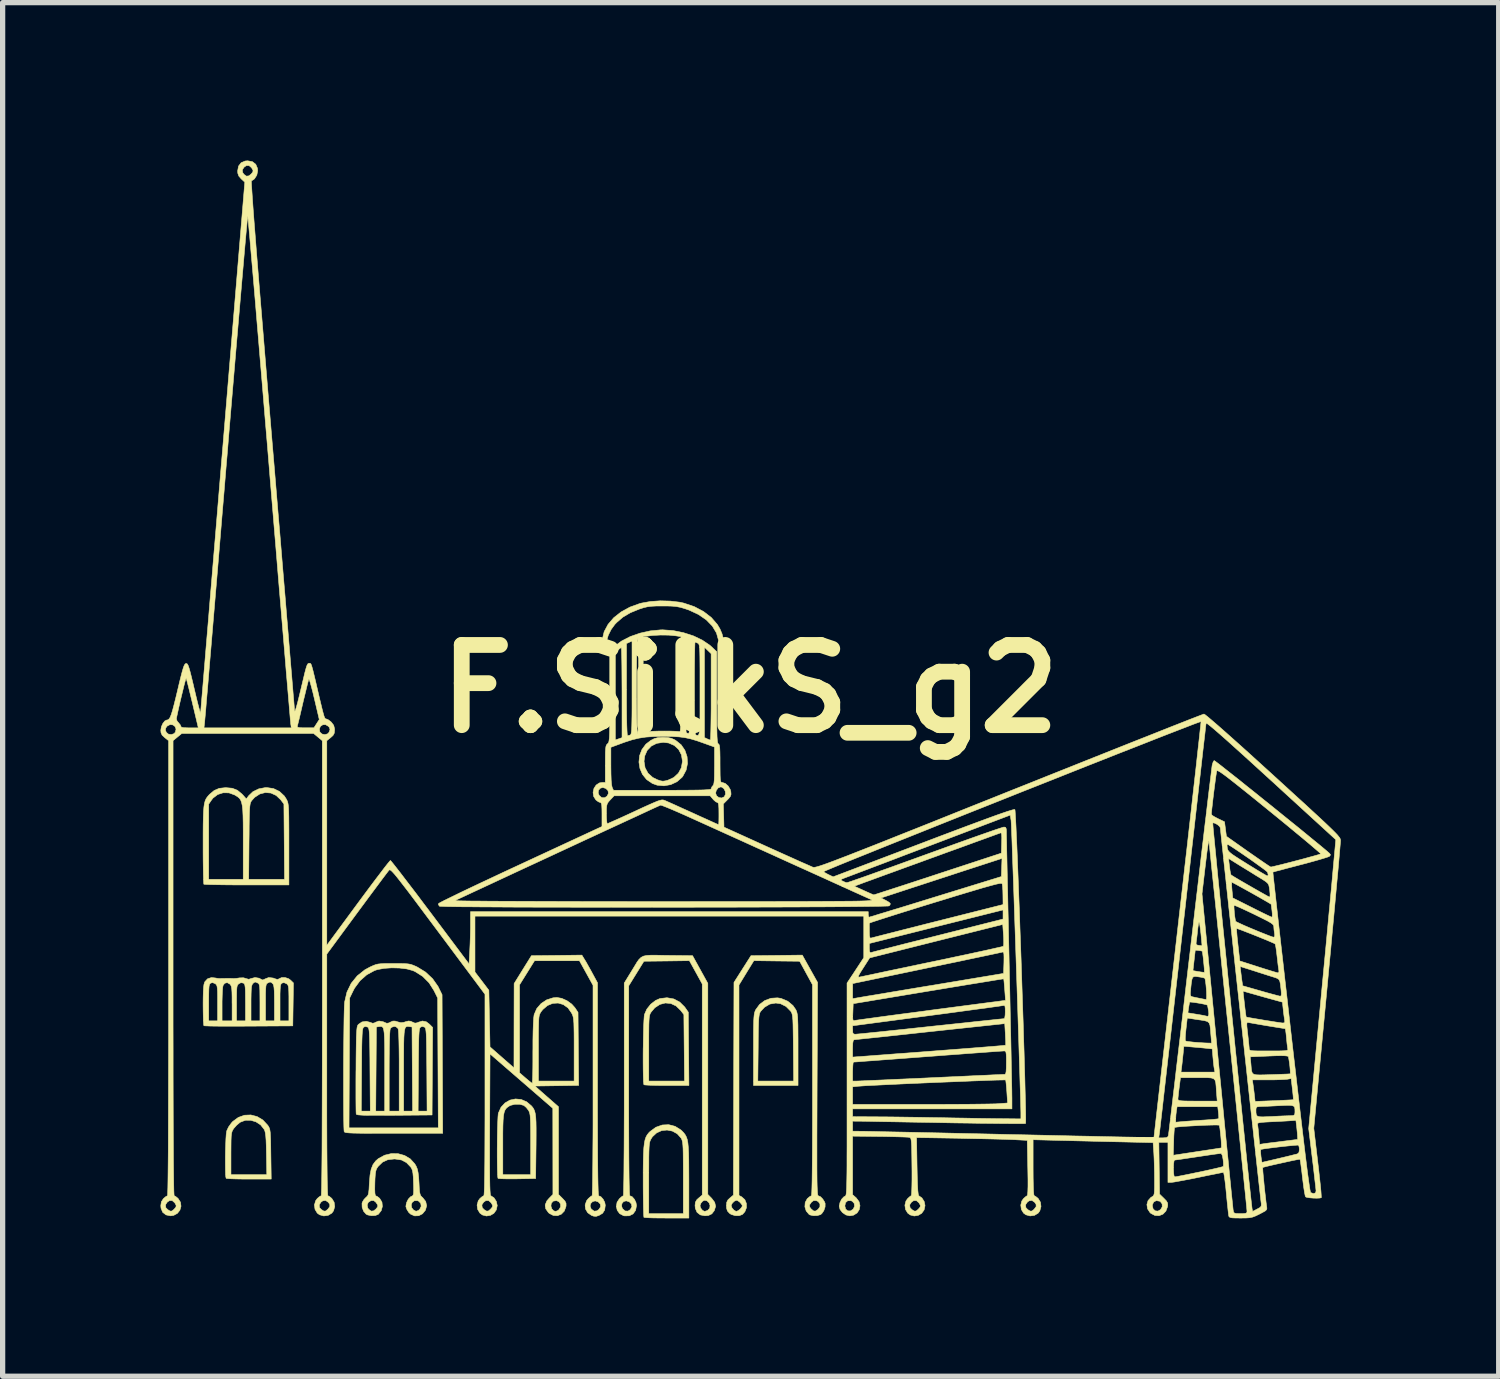
<source format=kicad_pcb>
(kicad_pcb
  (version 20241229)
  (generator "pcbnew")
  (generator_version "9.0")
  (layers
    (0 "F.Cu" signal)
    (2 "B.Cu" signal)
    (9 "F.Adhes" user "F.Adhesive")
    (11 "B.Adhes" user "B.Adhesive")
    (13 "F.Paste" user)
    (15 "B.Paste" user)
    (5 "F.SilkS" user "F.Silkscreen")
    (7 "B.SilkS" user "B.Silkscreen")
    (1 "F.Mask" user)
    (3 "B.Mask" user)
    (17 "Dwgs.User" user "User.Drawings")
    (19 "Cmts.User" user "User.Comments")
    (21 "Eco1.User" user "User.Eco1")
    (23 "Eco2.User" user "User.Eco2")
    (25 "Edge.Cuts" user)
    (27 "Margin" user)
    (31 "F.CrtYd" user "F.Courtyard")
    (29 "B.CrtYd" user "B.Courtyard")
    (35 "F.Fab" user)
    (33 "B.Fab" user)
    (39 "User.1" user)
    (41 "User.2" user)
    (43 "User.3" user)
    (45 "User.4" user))
  (footprint "F.SilkS_g2"
    (layer "F.Cu")
    (at 11.202 10.038)
    (property "Reference" "F.SilkS_g2" (at 0 0 0) (layer "F.SilkS") (effects (font (size 1.524 1.524) (thickness 0.3))))
    (attr through_hole)
    (fp_poly (pts (xy -1.561 0.925) (xy -1.492 0.941) (xy -1.424 0.973) (xy -1.413 0.98) (xy -1.311 1.062) (xy -1.239 1.168) (xy -1.198 1.289) (xy -1.19 1.417) (xy -1.216 1.543) (xy -1.278 1.659) (xy -1.293 1.679) (xy -1.39 1.764) (xy -1.508 1.819) (xy -1.637 1.842) (xy -1.766 1.83) (xy -1.858 1.797) (xy -1.967 1.722) (xy -2.046 1.624) (xy -2.094 1.511) (xy -2.113 1.39) (xy -2.111 1.376) (xy -2.016 1.376) (xy -1.996 1.499) (xy -1.94 1.603) (xy -1.851 1.683) (xy -1.764 1.726) (xy -1.701 1.747) (xy -1.658 1.754) (xy -1.612 1.748) (xy -1.562 1.735) (xy -1.45 1.683) (xy -1.363 1.602) (xy -1.307 1.498) (xy -1.286 1.377) (xy -1.286 1.376) (xy -1.305 1.254) (xy -1.358 1.152) (xy -1.441 1.075) (xy -1.549 1.028) (xy -1.651 1.016) (xy -1.775 1.035) (xy -1.878 1.087) (xy -1.956 1.169) (xy -2.003 1.275) (xy -2.016 1.376) (xy -2.111 1.376) (xy -2.1 1.268) (xy -2.056 1.153) (xy -1.981 1.051) (xy -1.889 0.98) (xy -1.819 0.944) (xy -1.751 0.926) (xy -1.665 0.921) (xy -1.651 0.921) (xy -1.561 0.925)) (stroke (width 0.01) (type solid)) (fill yes) (layer "F.SilkS"))
    (fp_poly (pts (xy -1.451 5.891) (xy -1.337 5.951) (xy -1.243 6.045) (xy -1.238 6.052) (xy -1.175 6.142) (xy -1.169 6.839) (xy -1.163 7.535) (xy -1.583 7.535) (xy -1.713 7.535) (xy -1.827 7.533) (xy -1.921 7.53) (xy -1.986 7.526) (xy -2.017 7.522) (xy -2.018 7.521) (xy -2.023 7.495) (xy -2.027 7.433) (xy -2.03 7.342) (xy -2.032 7.227) (xy -2.033 7.095) (xy -2.033 6.952) (xy -2.032 6.829) (xy -1.926 6.829) (xy -1.926 7.451) (xy -1.247 7.451) (xy -1.259 6.188) (xy -1.319 6.11) (xy -1.406 6.025) (xy -1.506 5.978) (xy -1.611 5.968) (xy -1.715 5.995) (xy -1.811 6.058) (xy -1.878 6.137) (xy -1.892 6.158) (xy -1.903 6.181) (xy -1.911 6.209) (xy -1.917 6.249) (xy -1.921 6.304) (xy -1.924 6.38) (xy -1.925 6.483) (xy -1.926 6.617) (xy -1.926 6.786) (xy -1.926 6.829) (xy -2.032 6.829) (xy -2.031 6.805) (xy -2.029 6.66) (xy -2.026 6.523) (xy -2.023 6.401) (xy -2.018 6.3) (xy -2.013 6.226) (xy -2.008 6.187) (xy -1.963 6.085) (xy -1.889 5.992) (xy -1.797 5.92) (xy -1.715 5.884) (xy -1.58 5.868) (xy -1.451 5.891)) (stroke (width 0.01) (type solid)) (fill yes) (layer "F.SilkS"))
    (fp_poly (pts (xy -1.517 -1.668) (xy -1.338 -1.647) (xy -1.261 -1.63) (xy -1.062 -1.563) (xy -0.886 -1.47) (xy -0.738 -1.356) (xy -0.623 -1.223) (xy -0.573 -1.139) (xy -0.534 -1.046) (xy -0.512 -0.961) (xy -0.506 -0.891) (xy -0.518 -0.843) (xy -0.547 -0.826) (xy -0.574 -0.835) (xy -0.591 -0.872) (xy -0.6 -0.921) (xy -0.64 -1.063) (xy -0.719 -1.194) (xy -0.834 -1.312) (xy -0.983 -1.414) (xy -1.161 -1.497) (xy -1.249 -1.527) (xy -1.329 -1.55) (xy -1.404 -1.564) (xy -1.488 -1.572) (xy -1.594 -1.575) (xy -1.672 -1.575) (xy -1.792 -1.574) (xy -1.882 -1.569) (xy -1.955 -1.559) (xy -2.025 -1.542) (xy -2.105 -1.516) (xy -2.106 -1.516) (xy -2.277 -1.446) (xy -2.416 -1.364) (xy -2.536 -1.261) (xy -2.572 -1.223) (xy -2.641 -1.128) (xy -2.695 -1.02) (xy -2.726 -0.915) (xy -2.731 -0.864) (xy -2.747 -0.832) (xy -2.776 -0.826) (xy -2.801 -0.829) (xy -2.813 -0.846) (xy -2.814 -0.886) (xy -2.809 -0.941) (xy -2.773 -1.088) (xy -2.699 -1.226) (xy -2.591 -1.352) (xy -2.451 -1.462) (xy -2.285 -1.553) (xy -2.095 -1.622) (xy -2.062 -1.63) (xy -1.896 -1.66) (xy -1.708 -1.673) (xy -1.517 -1.668)) (stroke (width 0.01) (type solid)) (fill yes) (layer "F.SilkS"))
    (fp_poly (pts (xy 0.587 5.881) (xy 0.714 5.934) (xy 0.813 6.016) (xy 0.868 6.096) (xy 0.88 6.122) (xy 0.889 6.15) (xy 0.896 6.185) (xy 0.902 6.233) (xy 0.905 6.299) (xy 0.908 6.386) (xy 0.909 6.501) (xy 0.91 6.648) (xy 0.91 6.832) (xy 0.91 6.857) (xy 0.91 7.535) (xy 0.064 7.535) (xy 0.064 7.451) (xy 0.146 7.451) (xy 0.827 7.451) (xy 0.821 6.817) (xy 0.819 6.636) (xy 0.817 6.493) (xy 0.815 6.382) (xy 0.812 6.298) (xy 0.807 6.238) (xy 0.801 6.195) (xy 0.793 6.165) (xy 0.783 6.143) (xy 0.771 6.124) (xy 0.771 6.124) (xy 0.682 6.034) (xy 0.578 5.982) (xy 0.487 5.969) (xy 0.373 5.989) (xy 0.272 6.049) (xy 0.203 6.124) (xy 0.19 6.143) (xy 0.18 6.165) (xy 0.173 6.195) (xy 0.167 6.237) (xy 0.162 6.298) (xy 0.159 6.381) (xy 0.156 6.491) (xy 0.154 6.635) (xy 0.153 6.815) (xy 0.153 6.817) (xy 0.146 7.451) (xy 0.064 7.451) (xy 0.064 6.857) (xy 0.064 6.669) (xy 0.064 6.518) (xy 0.066 6.399) (xy 0.068 6.308) (xy 0.072 6.24) (xy 0.077 6.19) (xy 0.084 6.153) (xy 0.093 6.125) (xy 0.104 6.1) (xy 0.106 6.096) (xy 0.179 5.996) (xy 0.279 5.921) (xy 0.396 5.878) (xy 0.52 5.87) (xy 0.587 5.881)) (stroke (width 0.01) (type solid)) (fill yes) (layer "F.SilkS"))
    (fp_poly (pts (xy -9.367 8.126) (xy -9.258 8.191) (xy -9.166 8.29) (xy -9.163 8.294) (xy -9.147 8.319) (xy -9.134 8.346) (xy -9.125 8.378) (xy -9.118 8.424) (xy -9.114 8.488) (xy -9.11 8.576) (xy -9.108 8.696) (xy -9.106 8.841) (xy -9.099 9.313) (xy -9.52 9.313) (xy -9.65 9.313) (xy -9.764 9.311) (xy -9.858 9.308) (xy -9.923 9.304) (xy -9.954 9.3) (xy -9.955 9.299) (xy -9.962 9.272) (xy -9.967 9.21) (xy -9.969 9.121) (xy -9.97 9.014) (xy -9.97 8.895) (xy -9.969 8.83) (xy -9.864 8.83) (xy -9.864 9.229) (xy -9.183 9.229) (xy -9.19 8.832) (xy -9.193 8.686) (xy -9.197 8.575) (xy -9.203 8.495) (xy -9.211 8.437) (xy -9.221 8.396) (xy -9.234 8.368) (xy -9.3 8.284) (xy -9.389 8.226) (xy -9.49 8.196) (xy -9.592 8.197) (xy -9.685 8.232) (xy -9.694 8.238) (xy -9.756 8.29) (xy -9.81 8.351) (xy -9.816 8.359) (xy -9.832 8.386) (xy -9.845 8.415) (xy -9.853 8.451) (xy -9.859 8.502) (xy -9.862 8.575) (xy -9.863 8.675) (xy -9.864 8.811) (xy -9.864 8.83) (xy -9.969 8.83) (xy -9.968 8.773) (xy -9.964 8.656) (xy -9.96 8.551) (xy -9.954 8.465) (xy -9.946 8.408) (xy -9.943 8.395) (xy -9.91 8.324) (xy -9.856 8.249) (xy -9.83 8.22) (xy -9.724 8.142) (xy -9.607 8.1) (xy -9.486 8.095) (xy -9.367 8.126)) (stroke (width 0.01) (type solid)) (fill yes) (layer "F.SilkS"))
    (fp_poly (pts (xy -4.35 7.801) (xy -4.245 7.846) (xy -4.155 7.923) (xy -4.129 7.954) (xy -4.109 7.987) (xy -4.093 8.026) (xy -4.081 8.077) (xy -4.073 8.143) (xy -4.068 8.23) (xy -4.066 8.343) (xy -4.066 8.487) (xy -4.067 8.666) (xy -4.068 8.742) (xy -4.075 9.303) (xy -4.425 9.309) (xy -4.543 9.31) (xy -4.646 9.309) (xy -4.726 9.307) (xy -4.776 9.303) (xy -4.79 9.3) (xy -4.795 9.274) (xy -4.799 9.213) (xy -4.802 9.122) (xy -4.804 9.009) (xy -4.805 8.879) (xy -4.805 8.74) (xy -4.804 8.656) (xy -4.699 8.656) (xy -4.699 9.229) (xy -4.17 9.229) (xy -4.17 8.652) (xy -4.17 8.479) (xy -4.171 8.344) (xy -4.173 8.24) (xy -4.176 8.163) (xy -4.18 8.107) (xy -4.187 8.067) (xy -4.196 8.038) (xy -4.207 8.014) (xy -4.211 8.008) (xy -4.252 7.955) (xy -4.297 7.916) (xy -4.301 7.914) (xy -4.378 7.892) (xy -4.469 7.892) (xy -4.552 7.913) (xy -4.579 7.927) (xy -4.613 7.95) (xy -4.64 7.976) (xy -4.66 8.009) (xy -4.675 8.053) (xy -4.686 8.114) (xy -4.693 8.197) (xy -4.697 8.306) (xy -4.699 8.447) (xy -4.699 8.624) (xy -4.699 8.656) (xy -4.804 8.656) (xy -4.804 8.599) (xy -4.802 8.461) (xy -4.799 8.333) (xy -4.795 8.222) (xy -4.791 8.134) (xy -4.786 8.076) (xy -4.783 8.06) (xy -4.733 7.949) (xy -4.657 7.867) (xy -4.563 7.813) (xy -4.458 7.791) (xy -4.35 7.801)) (stroke (width 0.01) (type solid)) (fill yes) (layer "F.SilkS"))
    (fp_poly (pts (xy -1.426 8.311) (xy -1.317 8.379) (xy -1.291 8.403) (xy -1.259 8.437) (xy -1.233 8.472) (xy -1.212 8.512) (xy -1.195 8.561) (xy -1.183 8.625) (xy -1.175 8.707) (xy -1.169 8.812) (xy -1.166 8.946) (xy -1.165 9.111) (xy -1.164 9.314) (xy -1.164 9.353) (xy -1.164 10.054) (xy -1.584 10.054) (xy -1.713 10.053) (xy -1.828 10.052) (xy -1.921 10.049) (xy -1.986 10.045) (xy -2.017 10.041) (xy -2.018 10.04) (xy -2.021 10.016) (xy -2.024 9.97) (xy -1.926 9.97) (xy -1.27 9.97) (xy -1.27 9.287) (xy -1.27 9.098) (xy -1.271 8.947) (xy -1.272 8.828) (xy -1.274 8.738) (xy -1.278 8.671) (xy -1.283 8.622) (xy -1.29 8.587) (xy -1.298 8.562) (xy -1.309 8.54) (xy -1.312 8.535) (xy -1.385 8.453) (xy -1.477 8.402) (xy -1.578 8.382) (xy -1.682 8.393) (xy -1.777 8.436) (xy -1.856 8.509) (xy -1.878 8.543) (xy -1.891 8.567) (xy -1.902 8.592) (xy -1.91 8.622) (xy -1.916 8.663) (xy -1.92 8.72) (xy -1.923 8.796) (xy -1.925 8.898) (xy -1.925 9.03) (xy -1.926 9.196) (xy -1.926 9.297) (xy -1.926 9.97) (xy -2.024 9.97) (xy -2.024 9.955) (xy -2.027 9.862) (xy -2.029 9.742) (xy -2.031 9.601) (xy -2.032 9.443) (xy -2.032 9.356) (xy -2.032 9.146) (xy -2.03 8.973) (xy -2.026 8.833) (xy -2.02 8.722) (xy -2.01 8.635) (xy -1.997 8.568) (xy -1.979 8.515) (xy -1.956 8.473) (xy -1.927 8.436) (xy -1.9 8.409) (xy -1.791 8.329) (xy -1.671 8.286) (xy -1.547 8.28) (xy -1.426 8.311)) (stroke (width 0.01) (type solid)) (fill yes) (layer "F.SilkS"))
    (fp_poly (pts (xy -6.653 5.218) (xy -6.565 5.22) (xy -6.5 5.225) (xy -6.449 5.234) (xy -6.403 5.25) (xy -6.351 5.272) (xy -6.324 5.285) (xy -6.167 5.381) (xy -6.033 5.507) (xy -5.929 5.655) (xy -5.915 5.684) (xy -5.853 5.81) (xy -5.847 7.128) (xy -5.841 8.445) (xy -6.77 8.445) (xy -6.995 8.445) (xy -7.181 8.445) (xy -7.332 8.444) (xy -7.451 8.442) (xy -7.543 8.44) (xy -7.61 8.437) (xy -7.657 8.433) (xy -7.688 8.428) (xy -7.705 8.421) (xy -7.712 8.413) (xy -7.713 8.412) (xy -7.716 8.382) (xy -7.718 8.34) (xy -7.621 8.34) (xy -5.925 8.34) (xy -5.931 7.106) (xy -5.937 5.873) (xy -6.007 5.732) (xy -6.1 5.585) (xy -6.222 5.462) (xy -6.364 5.372) (xy -6.409 5.352) (xy -6.522 5.321) (xy -6.66 5.304) (xy -6.809 5.3) (xy -6.955 5.31) (xy -7.083 5.334) (xy -7.137 5.352) (xy -7.284 5.432) (xy -7.413 5.546) (xy -7.516 5.686) (xy -7.54 5.732) (xy -7.609 5.873) (xy -7.615 7.106) (xy -7.621 8.34) (xy -7.718 8.34) (xy -7.719 8.315) (xy -7.721 8.214) (xy -7.723 8.085) (xy -7.724 7.933) (xy -7.725 7.762) (xy -7.725 7.576) (xy -7.725 7.382) (xy -7.725 7.182) (xy -7.724 6.982) (xy -7.722 6.786) (xy -7.72 6.6) (xy -7.718 6.428) (xy -7.716 6.274) (xy -7.713 6.144) (xy -7.71 6.042) (xy -7.706 5.972) (xy -7.704 5.948) (xy -7.66 5.76) (xy -7.58 5.595) (xy -7.465 5.453) (xy -7.319 5.337) (xy -7.223 5.285) (xy -7.166 5.259) (xy -7.118 5.24) (xy -7.07 5.228) (xy -7.013 5.222) (xy -6.936 5.218) (xy -6.832 5.218) (xy -6.773 5.218) (xy -6.653 5.218)) (stroke (width 0.01) (type solid)) (fill yes) (layer "F.SilkS"))
    (fp_poly (pts (xy -9.056 1.894) (xy -8.942 1.949) (xy -8.85 2.035) (xy -8.812 2.094) (xy -8.799 2.119) (xy -8.789 2.143) (xy -8.781 2.173) (xy -8.775 2.21) (xy -8.77 2.261) (xy -8.767 2.331) (xy -8.765 2.422) (xy -8.764 2.54) (xy -8.763 2.69) (xy -8.763 2.876) (xy -8.763 2.956) (xy -8.763 3.725) (xy -9.564 3.725) (xy -9.744 3.725) (xy -9.911 3.724) (xy -10.059 3.722) (xy -10.185 3.72) (xy -10.283 3.718) (xy -10.349 3.715) (xy -10.378 3.712) (xy -10.379 3.711) (xy -10.382 3.687) (xy -10.385 3.626) (xy -10.388 3.533) (xy -10.39 3.411) (xy -10.392 3.268) (xy -10.393 3.106) (xy -10.393 2.959) (xy -10.393 2.75) (xy -10.392 2.578) (xy -10.389 2.44) (xy -10.385 2.331) (xy -10.378 2.245) (xy -10.37 2.19) (xy -10.287 2.19) (xy -10.287 3.619) (xy -9.631 3.619) (xy -9.527 3.619) (xy -8.846 3.619) (xy -8.858 2.187) (xy -8.919 2.107) (xy -9.005 2.025) (xy -9.105 1.979) (xy -9.211 1.97) (xy -9.316 1.997) (xy -9.413 2.06) (xy -9.47 2.123) (xy -9.482 2.141) (xy -9.492 2.162) (xy -9.499 2.189) (xy -9.505 2.229) (xy -9.51 2.285) (xy -9.513 2.363) (xy -9.516 2.465) (xy -9.518 2.598) (xy -9.519 2.766) (xy -9.521 2.901) (xy -9.527 3.619) (xy -9.631 3.619) (xy -9.631 2.915) (xy -9.631 2.709) (xy -9.632 2.541) (xy -9.635 2.406) (xy -9.64 2.301) (xy -9.649 2.22) (xy -9.662 2.159) (xy -9.679 2.114) (xy -9.702 2.08) (xy -9.732 2.054) (xy -9.769 2.03) (xy -9.792 2.016) (xy -9.901 1.976) (xy -10.012 1.974) (xy -10.116 2.007) (xy -10.205 2.075) (xy -10.235 2.114) (xy -10.287 2.19) (xy -10.37 2.19) (xy -10.368 2.179) (xy -10.355 2.129) (xy -10.337 2.088) (xy -10.314 2.054) (xy -10.286 2.021) (xy -10.27 2.004) (xy -10.183 1.931) (xy -10.088 1.89) (xy -9.97 1.877) (xy -9.959 1.877) (xy -9.839 1.888) (xy -9.742 1.926) (xy -9.657 1.996) (xy -9.636 2.018) (xy -9.572 2.091) (xy -9.527 2.03) (xy -9.446 1.953) (xy -9.337 1.9) (xy -9.213 1.876) (xy -9.184 1.875) (xy -9.056 1.894)) (stroke (width 0.01) (type solid)) (fill yes) (layer "F.SilkS"))
    (fp_poly (pts (xy -1.784 5.06) (xy -1.647 5.063) (xy -1.57 5.064) (xy -1.094 5.069) (xy -0.949 5.332) (xy -0.804 5.595) (xy -0.804 9.605) (xy -0.73 9.68) (xy -0.673 9.756) (xy -0.656 9.832) (xy -0.681 9.912) (xy -0.681 9.913) (xy -0.728 9.974) (xy -0.792 10.005) (xy -0.859 10.011) (xy -0.947 9.994) (xy -1.009 9.945) (xy -1.042 9.868) (xy -1.046 9.821) (xy -0.953 9.821) (xy -0.938 9.866) (xy -0.905 9.908) (xy -0.867 9.927) (xy -0.865 9.927) (xy -0.831 9.918) (xy -0.803 9.905) (xy -0.768 9.867) (xy -0.762 9.816) (xy -0.78 9.765) (xy -0.819 9.727) (xy -0.865 9.716) (xy -0.902 9.733) (xy -0.936 9.773) (xy -0.952 9.819) (xy -0.953 9.821) (xy -1.046 9.821) (xy -1.047 9.817) (xy -1.04 9.753) (xy -1.013 9.706) (xy -0.978 9.674) (xy -0.91 9.617) (xy -0.91 5.607) (xy -1.032 5.385) (xy -1.154 5.164) (xy -1.586 5.17) (xy -2.018 5.175) (xy -2.306 5.641) (xy -2.307 7.636) (xy -2.307 8.014) (xy -2.306 8.35) (xy -2.305 8.646) (xy -2.304 8.901) (xy -2.302 9.117) (xy -2.3 9.294) (xy -2.297 9.433) (xy -2.294 9.535) (xy -2.291 9.6) (xy -2.286 9.629) (xy -2.285 9.631) (xy -2.241 9.649) (xy -2.199 9.697) (xy -2.169 9.759) (xy -2.159 9.816) (xy -2.176 9.908) (xy -2.224 9.975) (xy -2.296 10.011) (xy -2.386 10.013) (xy -2.407 10.008) (xy -2.479 9.97) (xy -2.525 9.907) (xy -2.542 9.832) (xy -2.442 9.832) (xy -2.424 9.877) (xy -2.376 9.919) (xy -2.321 9.922) (xy -2.277 9.894) (xy -2.246 9.84) (xy -2.256 9.786) (xy -2.295 9.746) (xy -2.354 9.727) (xy -2.404 9.74) (xy -2.436 9.779) (xy -2.442 9.832) (xy -2.542 9.832) (xy -2.542 9.831) (xy -2.528 9.753) (xy -2.484 9.687) (xy -2.443 9.65) (xy -2.413 9.631) (xy -2.41 9.631) (xy -2.407 9.61) (xy -2.405 9.55) (xy -2.403 9.453) (xy -2.4 9.322) (xy -2.398 9.161) (xy -2.397 8.971) (xy -2.395 8.756) (xy -2.394 8.518) (xy -2.393 8.26) (xy -2.392 7.986) (xy -2.392 7.698) (xy -2.392 7.61) (xy -2.392 5.589) (xy -2.252 5.361) (xy -2.194 5.266) (xy -2.15 5.193) (xy -2.111 5.139) (xy -2.072 5.102) (xy -2.027 5.078) (xy -1.968 5.065) (xy -1.889 5.06) (xy -1.784 5.06)) (stroke (width 0.01) (type solid)) (fill yes) (layer "F.SilkS"))
    (fp_poly (pts (xy 1.136 5.318) (xy 1.281 5.577) (xy 1.272 7.604) (xy 1.271 7.946) (xy 1.27 8.247) (xy 1.269 8.512) (xy 1.269 8.741) (xy 1.269 8.937) (xy 1.269 9.103) (xy 1.27 9.241) (xy 1.271 9.354) (xy 1.273 9.443) (xy 1.276 9.512) (xy 1.279 9.563) (xy 1.282 9.597) (xy 1.286 9.619) (xy 1.291 9.629) (xy 1.295 9.631) (xy 1.336 9.648) (xy 1.379 9.692) (xy 1.414 9.747) (xy 1.425 9.777) (xy 1.424 9.842) (xy 1.4 9.913) (xy 1.361 9.97) (xy 1.337 9.989) (xy 1.274 10.007) (xy 1.201 10.009) (xy 1.138 9.995) (xy 1.12 9.985) (xy 1.065 9.92) (xy 1.04 9.84) (xy 1.128 9.84) (xy 1.16 9.881) (xy 1.164 9.885) (xy 1.206 9.919) (xy 1.241 9.922) (xy 1.287 9.892) (xy 1.292 9.888) (xy 1.326 9.839) (xy 1.326 9.785) (xy 1.293 9.74) (xy 1.256 9.723) (xy 1.205 9.722) (xy 1.164 9.753) (xy 1.161 9.757) (xy 1.129 9.804) (xy 1.128 9.84) (xy 1.04 9.84) (xy 1.04 9.84) (xy 1.046 9.758) (xy 1.084 9.688) (xy 1.089 9.683) (xy 1.13 9.648) (xy 1.161 9.631) (xy 1.163 9.631) (xy 1.167 9.613) (xy 1.171 9.56) (xy 1.174 9.471) (xy 1.177 9.344) (xy 1.179 9.18) (xy 1.181 8.977) (xy 1.183 8.735) (xy 1.184 8.453) (xy 1.185 8.13) (xy 1.185 7.766) (xy 1.185 7.625) (xy 1.184 5.62) (xy 0.941 5.175) (xy 0.506 5.17) (xy 0.071 5.164) (xy -0.071 5.395) (xy -0.212 5.626) (xy -0.212 9.624) (xy -0.161 9.651) (xy -0.101 9.704) (xy -0.071 9.777) (xy -0.07 9.857) (xy -0.1 9.934) (xy -0.146 9.985) (xy -0.208 10.009) (xy -0.285 10.008) (xy -0.36 9.985) (xy -0.393 9.963) (xy -0.432 9.919) (xy -0.448 9.866) (xy -0.45 9.821) (xy -0.45 9.818) (xy -0.36 9.818) (xy -0.345 9.861) (xy -0.309 9.903) (xy -0.269 9.926) (xy -0.261 9.927) (xy -0.226 9.913) (xy -0.191 9.885) (xy -0.159 9.847) (xy -0.148 9.821) (xy -0.164 9.789) (xy -0.199 9.75) (xy -0.239 9.722) (xy -0.258 9.716) (xy -0.298 9.732) (xy -0.338 9.77) (xy -0.359 9.811) (xy -0.36 9.818) (xy -0.45 9.818) (xy -0.445 9.755) (xy -0.422 9.709) (xy -0.384 9.673) (xy -0.318 9.618) (xy -0.313 7.598) (xy -0.307 5.577) (xy 0.016 5.069) (xy 0.503 5.064) (xy 0.991 5.058) (xy 1.136 5.318)) (stroke (width 0.01) (type solid)) (fill yes) (layer "F.SilkS"))
    (fp_poly (pts (xy -6.688 8.831) (xy -6.566 8.865) (xy -6.458 8.929) (xy -6.373 9.022) (xy -6.347 9.065) (xy -6.324 9.12) (xy -6.309 9.188) (xy -6.298 9.278) (xy -6.291 9.385) (xy -6.286 9.488) (xy -6.28 9.557) (xy -6.27 9.602) (xy -6.256 9.632) (xy -6.234 9.656) (xy -6.221 9.667) (xy -6.164 9.739) (xy -6.146 9.82) (xy -6.169 9.904) (xy -6.225 9.973) (xy -6.297 10.01) (xy -6.375 10.013) (xy -6.45 9.98) (xy -6.486 9.947) (xy -6.521 9.891) (xy -6.54 9.838) (xy -6.54 9.829) (xy -6.536 9.804) (xy -6.439 9.804) (xy -6.43 9.858) (xy -6.396 9.901) (xy -6.348 9.925) (xy -6.304 9.911) (xy -6.277 9.886) (xy -6.25 9.831) (xy -6.258 9.775) (xy -6.296 9.734) (xy -6.322 9.723) (xy -6.38 9.725) (xy -6.421 9.756) (xy -6.439 9.804) (xy -6.536 9.804) (xy -6.527 9.76) (xy -6.495 9.695) (xy -6.451 9.649) (xy -6.433 9.641) (xy -6.414 9.632) (xy -6.402 9.616) (xy -6.395 9.585) (xy -6.393 9.531) (xy -6.394 9.447) (xy -6.396 9.387) (xy -6.4 9.278) (xy -6.407 9.201) (xy -6.417 9.149) (xy -6.432 9.111) (xy -6.447 9.087) (xy -6.529 9.001) (xy -6.623 8.951) (xy -6.74 8.933) (xy -6.763 8.932) (xy -6.884 8.946) (xy -6.982 8.99) (xy -7.065 9.07) (xy -7.078 9.087) (xy -7.098 9.12) (xy -7.112 9.161) (xy -7.121 9.218) (xy -7.127 9.302) (xy -7.13 9.389) (xy -7.132 9.505) (xy -7.129 9.581) (xy -7.121 9.622) (xy -7.113 9.631) (xy -7.083 9.645) (xy -7.041 9.678) (xy -7.037 9.683) (xy -6.995 9.752) (xy -6.987 9.833) (xy -7.009 9.913) (xy -7.062 9.98) (xy -7.068 9.985) (xy -7.123 10.006) (xy -7.196 10.009) (xy -7.266 9.995) (xy -7.296 9.98) (xy -7.344 9.925) (xy -7.372 9.85) (xy -7.373 9.805) (xy -7.276 9.805) (xy -7.265 9.862) (xy -7.249 9.886) (xy -7.201 9.922) (xy -7.155 9.918) (xy -7.112 9.885) (xy -7.078 9.843) (xy -7.075 9.808) (xy -7.105 9.762) (xy -7.108 9.757) (xy -7.149 9.723) (xy -7.199 9.722) (xy -7.203 9.723) (xy -7.254 9.754) (xy -7.276 9.805) (xy -7.373 9.805) (xy -7.374 9.775) (xy -7.368 9.753) (xy -7.336 9.7) (xy -7.297 9.66) (xy -7.274 9.639) (xy -7.258 9.612) (xy -7.248 9.572) (xy -7.241 9.509) (xy -7.236 9.414) (xy -7.234 9.386) (xy -7.222 9.238) (xy -7.2 9.124) (xy -7.165 9.037) (xy -7.114 8.969) (xy -7.065 8.926) (xy -6.945 8.86) (xy -6.817 8.829) (xy -6.688 8.831)) (stroke (width 0.01) (type solid)) (fill yes) (layer "F.SilkS"))
    (fp_poly (pts (xy -6.449 6.315) (xy -6.417 6.33) (xy -6.368 6.351) (xy -6.326 6.344) (xy -6.308 6.335) (xy -6.226 6.31) (xy -6.153 6.325) (xy -6.094 6.37) (xy -6.032 6.432) (xy -6.038 7.264) (xy -6.043 8.096) (xy -6.758 8.102) (xy -6.957 8.103) (xy -7.118 8.103) (xy -7.244 8.103) (xy -7.339 8.101) (xy -7.407 8.097) (xy -7.451 8.093) (xy -7.475 8.086) (xy -7.484 8.079) (xy -7.486 8.053) (xy -7.487 8.022) (xy -7.388 8.022) (xy -7.217 8.022) (xy -7.113 8.022) (xy -6.943 8.022) (xy -6.943 7.259) (xy -6.858 7.259) (xy -6.858 8.022) (xy -6.668 8.022) (xy -6.668 7.259) (xy -6.668 7.242) (xy -6.583 7.242) (xy -6.583 8.022) (xy -6.413 8.022) (xy -6.308 8.022) (xy -6.138 8.022) (xy -6.143 7.236) (xy -6.145 7.032) (xy -6.147 6.866) (xy -6.149 6.734) (xy -6.151 6.632) (xy -6.154 6.557) (xy -6.159 6.503) (xy -6.164 6.467) (xy -6.171 6.444) (xy -6.18 6.432) (xy -6.186 6.426) (xy -6.231 6.414) (xy -6.26 6.426) (xy -6.27 6.435) (xy -6.278 6.451) (xy -6.284 6.478) (xy -6.289 6.52) (xy -6.293 6.581) (xy -6.296 6.665) (xy -6.298 6.777) (xy -6.3 6.921) (xy -6.302 7.1) (xy -6.303 7.236) (xy -6.308 8.022) (xy -6.413 8.022) (xy -6.419 7.223) (xy -6.424 6.424) (xy -6.473 6.417) (xy -6.5 6.414) (xy -6.523 6.415) (xy -6.541 6.425) (xy -6.555 6.446) (xy -6.565 6.484) (xy -6.573 6.541) (xy -6.578 6.622) (xy -6.581 6.731) (xy -6.582 6.87) (xy -6.583 7.045) (xy -6.583 7.242) (xy -6.668 7.242) (xy -6.668 7.037) (xy -6.67 6.848) (xy -6.673 6.694) (xy -6.677 6.576) (xy -6.682 6.496) (xy -6.688 6.457) (xy -6.689 6.454) (xy -6.727 6.421) (xy -6.763 6.413) (xy -6.813 6.43) (xy -6.836 6.454) (xy -6.842 6.488) (xy -6.848 6.562) (xy -6.852 6.675) (xy -6.855 6.824) (xy -6.857 7.008) (xy -6.858 7.224) (xy -6.858 7.259) (xy -6.943 7.259) (xy -6.943 7.242) (xy -6.943 7.031) (xy -6.943 6.859) (xy -6.945 6.722) (xy -6.948 6.616) (xy -6.953 6.537) (xy -6.961 6.481) (xy -6.971 6.444) (xy -6.986 6.424) (xy -7.004 6.415) (xy -7.027 6.414) (xy -7.053 6.417) (xy -7.101 6.424) (xy -7.107 7.223) (xy -7.113 8.022) (xy -7.217 8.022) (xy -7.223 7.236) (xy -7.224 7.032) (xy -7.226 6.866) (xy -7.228 6.734) (xy -7.231 6.632) (xy -7.234 6.557) (xy -7.238 6.503) (xy -7.244 6.467) (xy -7.251 6.444) (xy -7.259 6.432) (xy -7.265 6.426) (xy -7.311 6.414) (xy -7.34 6.426) (xy -7.349 6.435) (xy -7.357 6.451) (xy -7.363 6.478) (xy -7.368 6.52) (xy -7.372 6.581) (xy -7.375 6.665) (xy -7.378 6.777) (xy -7.38 6.921) (xy -7.381 7.1) (xy -7.382 7.236) (xy -7.388 8.022) (xy -7.487 8.022) (xy -7.488 7.988) (xy -7.489 7.891) (xy -7.49 7.766) (xy -7.49 7.617) (xy -7.49 7.451) (xy -7.489 7.27) (xy -7.488 7.235) (xy -7.487 7.026) (xy -7.485 6.856) (xy -7.483 6.72) (xy -7.481 6.614) (xy -7.477 6.534) (xy -7.473 6.475) (xy -7.468 6.434) (xy -7.461 6.406) (xy -7.453 6.388) (xy -7.443 6.375) (xy -7.375 6.328) (xy -7.293 6.316) (xy -7.221 6.335) (xy -7.173 6.353) (xy -7.139 6.347) (xy -7.122 6.336) (xy -7.052 6.31) (xy -6.973 6.324) (xy -6.945 6.337) (xy -6.902 6.354) (xy -6.861 6.346) (xy -6.835 6.332) (xy -6.788 6.311) (xy -6.743 6.312) (xy -6.701 6.325) (xy -6.636 6.342) (xy -6.578 6.335) (xy -6.55 6.325) (xy -6.492 6.31) (xy -6.449 6.315)) (stroke (width 0.01) (type solid)) (fill yes) (layer "F.SilkS"))
    (fp_poly (pts (xy -9.329 5.497) (xy -9.302 5.512) (xy -9.263 5.531) (xy -9.229 5.519) (xy -9.219 5.512) (xy -9.147 5.484) (xy -9.061 5.494) (xy -9.028 5.507) (xy -8.981 5.521) (xy -8.95 5.509) (xy -8.949 5.507) (xy -8.899 5.484) (xy -8.832 5.485) (xy -8.766 5.508) (xy -8.73 5.535) (xy -8.677 5.587) (xy -8.683 5.995) (xy -8.689 6.403) (xy -9.527 6.408) (xy -9.711 6.409) (xy -9.882 6.409) (xy -10.035 6.409) (xy -10.165 6.408) (xy -10.269 6.406) (xy -10.34 6.403) (xy -10.376 6.401) (xy -10.378 6.4) (xy -10.383 6.375) (xy -10.387 6.315) (xy -10.39 6.226) (xy -10.392 6.117) (xy -10.393 6.007) (xy -10.393 5.959) (xy -10.287 5.959) (xy -10.287 6.308) (xy -10.118 6.308) (xy -10.118 5.989) (xy -10.033 5.989) (xy -10.033 6.308) (xy -9.842 6.308) (xy -9.842 5.98) (xy -9.843 5.97) (xy -9.758 5.97) (xy -9.758 6.308) (xy -9.588 6.308) (xy -9.588 5.971) (xy -9.483 5.971) (xy -9.483 6.308) (xy -9.313 6.308) (xy -9.313 5.959) (xy -9.207 5.959) (xy -9.207 6.308) (xy -9.038 6.308) (xy -9.038 5.971) (xy -9.038 5.959) (xy -8.932 5.959) (xy -8.932 6.308) (xy -8.763 6.308) (xy -8.763 5.97) (xy -8.763 5.843) (xy -8.765 5.752) (xy -8.768 5.69) (xy -8.774 5.649) (xy -8.784 5.625) (xy -8.798 5.609) (xy -8.809 5.601) (xy -8.858 5.581) (xy -8.893 5.59) (xy -8.908 5.601) (xy -8.918 5.62) (xy -8.925 5.655) (xy -8.929 5.71) (xy -8.932 5.793) (xy -8.932 5.91) (xy -8.932 5.959) (xy -9.038 5.959) (xy -9.039 5.839) (xy -9.041 5.743) (xy -9.046 5.677) (xy -9.053 5.635) (xy -9.064 5.609) (xy -9.071 5.6) (xy -9.103 5.573) (xy -9.13 5.571) (xy -9.167 5.589) (xy -9.182 5.6) (xy -9.193 5.618) (xy -9.2 5.65) (xy -9.204 5.702) (xy -9.207 5.781) (xy -9.207 5.893) (xy -9.207 5.959) (xy -9.313 5.959) (xy -9.314 5.83) (xy -9.315 5.736) (xy -9.318 5.672) (xy -9.324 5.631) (xy -9.333 5.607) (xy -9.346 5.593) (xy -9.354 5.589) (xy -9.395 5.57) (xy -9.421 5.575) (xy -9.449 5.6) (xy -9.462 5.62) (xy -9.472 5.653) (xy -9.478 5.707) (xy -9.481 5.787) (xy -9.483 5.899) (xy -9.483 5.971) (xy -9.588 5.971) (xy -9.588 5.959) (xy -9.589 5.829) (xy -9.59 5.735) (xy -9.594 5.671) (xy -9.6 5.63) (xy -9.609 5.606) (xy -9.622 5.593) (xy -9.628 5.59) (xy -9.674 5.582) (xy -9.712 5.601) (xy -9.729 5.615) (xy -9.742 5.634) (xy -9.75 5.665) (xy -9.755 5.714) (xy -9.757 5.788) (xy -9.758 5.894) (xy -9.758 5.97) (xy -9.843 5.97) (xy -9.843 5.854) (xy -9.845 5.763) (xy -9.849 5.7) (xy -9.856 5.659) (xy -9.867 5.632) (xy -9.882 5.612) (xy -9.884 5.61) (xy -9.935 5.581) (xy -9.982 5.593) (xy -10.012 5.631) (xy -10.02 5.665) (xy -10.026 5.733) (xy -10.03 5.826) (xy -10.033 5.936) (xy -10.033 5.989) (xy -10.118 5.989) (xy -10.118 5.97) (xy -10.118 5.843) (xy -10.119 5.752) (xy -10.123 5.69) (xy -10.129 5.649) (xy -10.139 5.625) (xy -10.153 5.609) (xy -10.163 5.601) (xy -10.213 5.581) (xy -10.248 5.59) (xy -10.262 5.601) (xy -10.273 5.62) (xy -10.28 5.655) (xy -10.284 5.71) (xy -10.286 5.793) (xy -10.287 5.91) (xy -10.287 5.959) (xy -10.393 5.959) (xy -10.392 5.86) (xy -10.389 5.75) (xy -10.384 5.67) (xy -10.377 5.615) (xy -10.365 5.576) (xy -10.361 5.566) (xy -10.309 5.509) (xy -10.236 5.485) (xy -10.165 5.492) (xy -10.108 5.502) (xy -10.07 5.503) (xy -10.02 5.502) (xy -9.948 5.501) (xy -9.872 5.501) (xy -9.813 5.503) (xy -9.805 5.503) (xy -9.759 5.5) (xy -9.699 5.491) (xy -9.698 5.491) (xy -9.625 5.489) (xy -9.579 5.503) (xy -9.526 5.518) (xy -9.487 5.505) (xy -9.407 5.484) (xy -9.329 5.497)) (stroke (width 0.01) (type solid)) (fill yes) (layer "F.SilkS"))
    (fp_poly (pts (xy -9.456 -10.016) (xy -9.393 -9.967) (xy -9.36 -9.89) (xy -9.356 -9.843) (xy -9.373 -9.76) (xy -9.417 -9.69) (xy -9.475 -9.65) (xy -9.476 -9.628) (xy -9.473 -9.564) (xy -9.466 -9.459) (xy -9.456 -9.312) (xy -9.443 -9.125) (xy -9.426 -8.898) (xy -9.405 -8.631) (xy -9.381 -8.324) (xy -9.353 -7.978) (xy -9.322 -7.594) (xy -9.287 -7.171) (xy -9.249 -6.71) (xy -9.208 -6.211) (xy -9.164 -5.675) (xy -9.116 -5.102) (xy -9.078 -4.646) (xy -9.039 -4.189) (xy -9.002 -3.743) (xy -8.966 -3.31) (xy -8.93 -2.89) (xy -8.897 -2.488) (xy -8.865 -2.103) (xy -8.834 -1.739) (xy -8.806 -1.396) (xy -8.779 -1.077) (xy -8.755 -0.784) (xy -8.733 -0.519) (xy -8.713 -0.282) (xy -8.696 -0.077) (xy -8.682 0.094) (xy -8.67 0.231) (xy -8.662 0.331) (xy -8.657 0.392) (xy -8.656 0.413) (xy -8.652 0.427) (xy -8.641 0.407) (xy -8.623 0.353) (xy -8.598 0.262) (xy -8.566 0.134) (xy -8.526 -0.033) (xy -8.487 -0.196) (xy -8.459 -0.313) (xy -8.437 -0.395) (xy -8.419 -0.448) (xy -8.403 -0.476) (xy -8.386 -0.486) (xy -8.381 -0.487) (xy -8.367 -0.487) (xy -8.356 -0.484) (xy -8.346 -0.474) (xy -8.335 -0.451) (xy -8.323 -0.411) (xy -8.306 -0.349) (xy -8.284 -0.259) (xy -8.255 -0.138) (xy -8.223 0) (xy -8.184 0.168) (xy -8.152 0.3) (xy -8.128 0.399) (xy -8.109 0.47) (xy -8.095 0.519) (xy -8.083 0.549) (xy -8.073 0.564) (xy -8.064 0.57) (xy -8.053 0.571) (xy -8.051 0.572) (xy -8.017 0.586) (xy -7.97 0.621) (xy -7.957 0.633) (xy -7.912 0.692) (xy -7.896 0.757) (xy -7.895 0.781) (xy -7.901 0.841) (xy -7.925 0.885) (xy -7.969 0.925) (xy -8.043 0.984) (xy -8.043 2.928) (xy -8.043 4.872) (xy -7.449 4.066) (xy -7.329 3.904) (xy -7.216 3.752) (xy -7.113 3.615) (xy -7.022 3.496) (xy -6.947 3.397) (xy -6.889 3.323) (xy -6.85 3.276) (xy -6.835 3.26) (xy -6.819 3.276) (xy -6.78 3.324) (xy -6.721 3.399) (xy -6.643 3.499) (xy -6.549 3.622) (xy -6.441 3.763) (xy -6.321 3.92) (xy -6.193 4.091) (xy -6.078 4.243) (xy -5.34 5.227) (xy -5.327 4.97) (xy -5.321 4.837) (xy -5.316 4.689) (xy -5.313 4.547) (xy -5.313 4.473) (xy -5.313 4.233) (xy 2.244 4.233) (xy 2.244 4.286) (xy 2.249 4.325) (xy 2.26 4.338) (xy 2.282 4.331) (xy 2.342 4.314) (xy 2.434 4.285) (xy 2.557 4.248) (xy 2.707 4.202) (xy 2.879 4.15) (xy 3.07 4.091) (xy 3.278 4.027) (xy 3.498 3.959) (xy 3.524 3.951) (xy 4.773 3.566) (xy 4.779 3.394) (xy 4.785 3.221) (xy 4.303 3.378) (xy 4.155 3.426) (xy 3.977 3.484) (xy 3.78 3.549) (xy 3.574 3.616) (xy 3.369 3.683) (xy 3.177 3.746) (xy 3.154 3.753) (xy 2.487 3.972) (xy 2.577 4.018) (xy 2.637 4.053) (xy 2.663 4.079) (xy 2.658 4.104) (xy 2.642 4.123) (xy 2.618 4.126) (xy 2.555 4.128) (xy 2.454 4.131) (xy 2.318 4.133) (xy 2.15 4.135) (xy 1.952 4.137) (xy 1.726 4.139) (xy 1.474 4.141) (xy 1.2 4.142) (xy 0.906 4.144) (xy 0.594 4.145) (xy 0.266 4.146) (xy -0.075 4.147) (xy -0.426 4.148) (xy -0.785 4.148) (xy -1.15 4.149) (xy -1.518 4.149) (xy -1.887 4.15) (xy -2.254 4.15) (xy -2.617 4.15) (xy -2.973 4.149) (xy -3.321 4.149) (xy -3.657 4.148) (xy -3.979 4.148) (xy -4.284 4.147) (xy -4.571 4.146) (xy -4.836 4.144) (xy -5.078 4.143) (xy -5.294 4.141) (xy -5.481 4.14) (xy -5.637 4.138) (xy -5.759 4.136) (xy -5.846 4.133) (xy -5.894 4.131) (xy -5.903 4.129) (xy -5.923 4.098) (xy -5.921 4.081) (xy -5.901 4.067) (xy -5.845 4.037) (xy -5.816 4.023) (xy -5.609 4.023) (xy -5.592 4.025) (xy -5.534 4.027) (xy -5.437 4.029) (xy -5.304 4.031) (xy -5.135 4.032) (xy -4.933 4.034) (xy -4.699 4.035) (xy -4.435 4.036) (xy -4.144 4.037) (xy -3.826 4.038) (xy -3.484 4.039) (xy -3.119 4.04) (xy -2.734 4.04) (xy -2.329 4.041) (xy -1.907 4.041) (xy -1.63 4.041) (xy -1.146 4.041) (xy -0.703 4.04) (xy -0.298 4.04) (xy 0.069 4.04) (xy 0.401 4.04) (xy 0.699 4.039) (xy 0.966 4.039) (xy 1.202 4.038) (xy 1.409 4.037) (xy 1.59 4.036) (xy 1.746 4.035) (xy 1.879 4.034) (xy 1.99 4.033) (xy 2.081 4.031) (xy 2.154 4.029) (xy 2.211 4.027) (xy 2.253 4.024) (xy 2.283 4.021) (xy 2.301 4.018) (xy 2.31 4.015) (xy 2.311 4.011) (xy 2.306 4.007) (xy 2.297 4.002) (xy 2.297 4.002) (xy 2.264 3.987) (xy 2.195 3.956) (xy 2.093 3.91) (xy 1.96 3.85) (xy 1.8 3.777) (xy 1.738 3.749) (xy 1.98 3.749) (xy 2.159 3.831) (xy 2.239 3.867) (xy 2.302 3.895) (xy 2.342 3.911) (xy 2.349 3.914) (xy 2.371 3.907) (xy 2.429 3.889) (xy 2.52 3.859) (xy 2.641 3.82) (xy 2.789 3.772) (xy 2.958 3.717) (xy 3.147 3.655) (xy 3.352 3.588) (xy 3.567 3.517) (xy 4.773 3.121) (xy 4.779 2.923) (xy 4.781 2.828) (xy 4.778 2.769) (xy 4.771 2.74) (xy 4.758 2.736) (xy 4.758 2.736) (xy 4.734 2.745) (xy 4.673 2.767) (xy 4.58 2.801) (xy 4.457 2.846) (xy 4.307 2.9) (xy 4.135 2.963) (xy 3.943 3.033) (xy 3.734 3.108) (xy 3.513 3.189) (xy 3.418 3.223) (xy 3.192 3.306) (xy 2.976 3.384) (xy 2.774 3.458) (xy 2.589 3.525) (xy 2.425 3.585) (xy 2.286 3.636) (xy 2.175 3.676) (xy 2.095 3.706) (xy 2.05 3.722) (xy 2.043 3.725) (xy 1.98 3.749) (xy 1.738 3.749) (xy 1.614 3.693) (xy 1.467 3.626) (xy 1.726 3.626) (xy 1.735 3.64) (xy 1.759 3.653) (xy 1.808 3.675) (xy 1.839 3.682) (xy 1.863 3.675) (xy 1.924 3.655) (xy 2.018 3.622) (xy 2.142 3.579) (xy 2.294 3.525) (xy 2.469 3.462) (xy 2.665 3.392) (xy 2.878 3.315) (xy 3.105 3.233) (xy 3.323 3.154) (xy 3.561 3.068) (xy 3.788 2.986) (xy 4.001 2.909) (xy 4.197 2.839) (xy 4.372 2.777) (xy 4.523 2.724) (xy 4.647 2.681) (xy 4.74 2.65) (xy 4.8 2.631) (xy 4.823 2.625) (xy 4.853 2.631) (xy 4.866 2.66) (xy 4.869 2.704) (xy 4.869 2.735) (xy 4.87 2.806) (xy 4.873 2.914) (xy 4.875 3.055) (xy 4.879 3.228) (xy 4.883 3.43) (xy 4.888 3.657) (xy 4.894 3.906) (xy 4.899 4.176) (xy 4.906 4.463) (xy 4.912 4.765) (xy 4.919 5.079) (xy 4.921 5.186) (xy 4.928 5.505) (xy 4.935 5.816) (xy 4.941 6.115) (xy 4.947 6.398) (xy 4.953 6.664) (xy 4.958 6.909) (xy 4.962 7.13) (xy 4.966 7.325) (xy 4.969 7.489) (xy 4.972 7.621) (xy 4.973 7.718) (xy 4.974 7.775) (xy 4.974 7.784) (xy 4.974 7.98) (xy 1.947 7.98) (xy 1.947 8.128) (xy 2.45 8.131) (xy 2.603 8.132) (xy 2.787 8.134) (xy 2.992 8.137) (xy 3.208 8.14) (xy 3.424 8.144) (xy 3.628 8.147) (xy 3.672 8.148) (xy 3.865 8.152) (xy 4.062 8.155) (xy 4.256 8.159) (xy 4.438 8.162) (xy 4.598 8.164) (xy 4.729 8.166) (xy 4.768 8.166) (xy 5.144 8.17) (xy 5.144 8.102) (xy 5.144 8.056) (xy 5.142 7.973) (xy 5.139 7.854) (xy 5.135 7.704) (xy 5.129 7.525) (xy 5.123 7.32) (xy 5.116 7.093) (xy 5.108 6.846) (xy 5.1 6.582) (xy 5.091 6.305) (xy 5.082 6.017) (xy 5.072 5.722) (xy 5.062 5.423) (xy 5.052 5.122) (xy 5.042 4.823) (xy 5.032 4.53) (xy 5.022 4.244) (xy 5.013 3.969) (xy 5.004 3.708) (xy 4.995 3.465) (xy 4.987 3.241) (xy 4.98 3.041) (xy 4.974 2.868) (xy 4.968 2.724) (xy 4.964 2.612) (xy 4.96 2.536) (xy 4.958 2.498) (xy 4.957 2.496) (xy 4.942 2.398) (xy 3.418 2.977) (xy 3.174 3.069) (xy 2.939 3.158) (xy 2.717 3.243) (xy 2.512 3.321) (xy 2.326 3.391) (xy 2.163 3.453) (xy 2.026 3.505) (xy 1.918 3.546) (xy 1.843 3.574) (xy 1.804 3.589) (xy 1.801 3.59) (xy 1.746 3.612) (xy 1.726 3.626) (xy 1.467 3.626) (xy 1.406 3.598) (xy 1.178 3.495) (xy 1.128 3.472) (xy 1.397 3.472) (xy 1.414 3.488) (xy 1.458 3.513) (xy 1.487 3.528) (xy 1.577 3.571) (xy 3.291 2.92) (xy 3.609 2.799) (xy 3.89 2.693) (xy 4.135 2.601) (xy 4.345 2.523) (xy 4.524 2.457) (xy 4.672 2.403) (xy 4.792 2.361) (xy 4.886 2.329) (xy 4.954 2.308) (xy 5 2.295) (xy 5.025 2.292) (xy 5.03 2.293) (xy 5.034 2.317) (xy 5.038 2.38) (xy 5.044 2.479) (xy 5.051 2.612) (xy 5.058 2.775) (xy 5.067 2.966) (xy 5.076 3.182) (xy 5.085 3.42) (xy 5.095 3.676) (xy 5.105 3.948) (xy 5.116 4.234) (xy 5.126 4.529) (xy 5.137 4.832) (xy 5.148 5.138) (xy 5.158 5.446) (xy 5.168 5.753) (xy 5.178 6.055) (xy 5.188 6.349) (xy 5.196 6.633) (xy 5.205 6.904) (xy 5.212 7.158) (xy 5.219 7.393) (xy 5.224 7.606) (xy 5.229 7.794) (xy 5.233 7.954) (xy 5.235 8.084) (xy 5.236 8.179) (xy 5.235 8.238) (xy 5.233 8.257) (xy 5.21 8.259) (xy 5.148 8.26) (xy 5.05 8.26) (xy 4.92 8.259) (xy 4.762 8.258) (xy 4.578 8.256) (xy 4.371 8.254) (xy 4.147 8.25) (xy 3.907 8.247) (xy 3.694 8.243) (xy 3.44 8.238) (xy 3.197 8.234) (xy 2.968 8.23) (xy 2.756 8.226) (xy 2.565 8.223) (xy 2.399 8.22) (xy 2.261 8.217) (xy 2.155 8.215) (xy 2.086 8.214) (xy 2.058 8.214) (xy 1.947 8.213) (xy 1.947 8.403) (xy 2.111 8.405) (xy 2.153 8.405) (xy 2.234 8.407) (xy 2.353 8.409) (xy 2.505 8.413) (xy 2.688 8.417) (xy 2.9 8.421) (xy 3.138 8.426) (xy 3.399 8.432) (xy 3.68 8.438) (xy 3.978 8.445) (xy 4.291 8.452) (xy 4.616 8.459) (xy 4.9 8.466) (xy 5.231 8.473) (xy 5.551 8.48) (xy 5.858 8.487) (xy 6.149 8.494) (xy 6.42 8.499) (xy 6.671 8.505) (xy 6.897 8.51) (xy 7.096 8.514) (xy 7.266 8.517) (xy 7.404 8.52) (xy 7.507 8.521) (xy 7.573 8.522) (xy 7.599 8.522) (xy 7.672 8.52) (xy 8.121 4.583) (xy 8.167 4.179) (xy 8.212 3.786) (xy 8.255 3.406) (xy 8.297 3.042) (xy 8.336 2.695) (xy 8.373 2.368) (xy 8.407 2.062) (xy 8.439 1.78) (xy 8.468 1.523) (xy 8.493 1.294) (xy 8.515 1.095) (xy 8.534 0.928) (xy 8.548 0.795) (xy 8.559 0.698) (xy 8.565 0.64) (xy 8.566 0.621) (xy 8.547 0.627) (xy 8.49 0.647) (xy 8.399 0.681) (xy 8.276 0.729) (xy 8.123 0.788) (xy 7.942 0.858) (xy 7.737 0.938) (xy 7.509 1.028) (xy 7.26 1.126) (xy 6.994 1.23) (xy 6.712 1.342) (xy 6.417 1.458) (xy 6.112 1.579) (xy 5.798 1.704) (xy 5.478 1.831) (xy 5.154 1.959) (xy 4.829 2.089) (xy 4.505 2.218) (xy 4.185 2.345) (xy 3.87 2.471) (xy 3.564 2.593) (xy 3.268 2.712) (xy 2.986 2.825) (xy 2.718 2.932) (xy 2.469 3.032) (xy 2.24 3.125) (xy 2.033 3.208) (xy 1.851 3.282) (xy 1.696 3.345) (xy 1.571 3.397) (xy 1.478 3.436) (xy 1.419 3.461) (xy 1.397 3.472) (xy 1.397 3.472) (xy 1.128 3.472) (xy 0.932 3.384) (xy 0.672 3.266) (xy 0.4 3.142) (xy 0.119 3.015) (xy -0.169 2.884) (xy -0.461 2.752) (xy -0.754 2.619) (xy -1.046 2.487) (xy -1.099 2.463) (xy -1.245 2.397) (xy -1.379 2.338) (xy -1.497 2.287) (xy -1.592 2.248) (xy -1.661 2.221) (xy -1.698 2.209) (xy -1.702 2.209) (xy -1.727 2.22) (xy -1.787 2.247) (xy -1.879 2.289) (xy -1.999 2.345) (xy -2.145 2.413) (xy -2.314 2.491) (xy -2.502 2.578) (xy -2.706 2.672) (xy -2.923 2.773) (xy -3.15 2.878) (xy -3.384 2.987) (xy -3.621 3.097) (xy -3.859 3.208) (xy -4.094 3.317) (xy -4.323 3.423) (xy -4.544 3.526) (xy -4.752 3.623) (xy -4.945 3.713) (xy -5.119 3.794) (xy -5.272 3.865) (xy -5.4 3.925) (xy -5.501 3.972) (xy -5.57 4.004) (xy -5.605 4.021) (xy -5.609 4.023) (xy -5.816 4.023) (xy -5.756 3.993) (xy -5.637 3.935) (xy -5.492 3.864) (xy -5.322 3.783) (xy -5.132 3.693) (xy -4.923 3.595) (xy -4.7 3.49) (xy -4.463 3.38) (xy -4.362 3.333) (xy -2.815 2.615) (xy -2.815 2.387) (xy -2.815 2.374) (xy -2.731 2.374) (xy -2.729 2.457) (xy -2.724 2.521) (xy -2.718 2.557) (xy -2.714 2.561) (xy -2.692 2.553) (xy -2.636 2.528) (xy -2.552 2.491) (xy -2.445 2.443) (xy -2.321 2.386) (xy -2.193 2.327) (xy -2.041 2.256) (xy -1.921 2.202) (xy -1.83 2.162) (xy -1.763 2.134) (xy -1.715 2.118) (xy -1.68 2.11) (xy -1.654 2.11) (xy -1.633 2.116) (xy -1.622 2.12) (xy -1.585 2.136) (xy -1.515 2.167) (xy -1.419 2.21) (xy -1.303 2.263) (xy -1.174 2.321) (xy -1.079 2.364) (xy -0.948 2.424) (xy -0.83 2.477) (xy -0.731 2.522) (xy -0.656 2.556) (xy -0.61 2.576) (xy -0.598 2.582) (xy -0.596 2.562) (xy -0.594 2.509) (xy -0.593 2.432) (xy -0.593 2.371) (xy -0.594 2.271) (xy -0.598 2.207) (xy -0.606 2.172) (xy -0.619 2.159) (xy -0.623 2.159) (xy -0.654 2.144) (xy -0.696 2.107) (xy -0.706 2.095) (xy -0.759 2.032) (xy -2.585 2.032) (xy -2.658 2.109) (xy -2.693 2.148) (xy -2.714 2.181) (xy -2.725 2.221) (xy -2.73 2.279) (xy -2.73 2.368) (xy -2.731 2.374) (xy -2.815 2.374) (xy -2.816 2.285) (xy -2.819 2.217) (xy -2.826 2.179) (xy -2.837 2.162) (xy -2.848 2.159) (xy -2.884 2.145) (xy -2.929 2.111) (xy -2.933 2.107) (xy -2.974 2.041) (xy -2.982 1.979) (xy -2.887 1.979) (xy -2.868 2.024) (xy -2.821 2.066) (xy -2.766 2.069) (xy -2.721 2.041) (xy -2.691 1.987) (xy -2.692 1.98) (xy -0.656 1.98) (xy -0.638 2.031) (xy -0.595 2.064) (xy -0.542 2.073) (xy -0.493 2.051) (xy -0.491 2.049) (xy -0.468 2.001) (xy -0.473 1.945) (xy -0.5 1.894) (xy -0.543 1.865) (xy -0.561 1.863) (xy -0.606 1.881) (xy -0.642 1.926) (xy -0.656 1.98) (xy -2.692 1.98) (xy -2.701 1.933) (xy -2.74 1.893) (xy -2.798 1.874) (xy -2.848 1.888) (xy -2.88 1.926) (xy -2.887 1.979) (xy -2.982 1.979) (xy -2.984 1.965) (xy -2.967 1.89) (xy -2.926 1.828) (xy -2.865 1.787) (xy -2.812 1.778) (xy -2.752 1.778) (xy -2.752 1.429) (xy -2.751 1.298) (xy -2.75 1.204) (xy -2.746 1.139) (xy -2.742 1.11) (xy -2.646 1.11) (xy -2.646 1.464) (xy -2.644 1.616) (xy -2.64 1.736) (xy -2.632 1.822) (xy -2.622 1.871) (xy -2.621 1.872) (xy -2.597 1.926) (xy -1.669 1.926) (xy -1.442 1.926) (xy -1.254 1.925) (xy -1.101 1.924) (xy -0.98 1.922) (xy -0.889 1.92) (xy -0.822 1.916) (xy -0.778 1.912) (xy -0.752 1.907) (xy -0.742 1.9) (xy -0.741 1.897) (xy -0.726 1.86) (xy -0.709 1.841) (xy -0.697 1.824) (xy -0.688 1.792) (xy -0.682 1.738) (xy -0.679 1.657) (xy -0.678 1.544) (xy -0.677 1.46) (xy -0.677 1.105) (xy -0.863 1.038) (xy -1.007 0.987) (xy -1.127 0.951) (xy -1.237 0.927) (xy -1.252 0.925) (xy -0.868 0.925) (xy -0.82 0.948) (xy -0.778 0.966) (xy -0.757 0.972) (xy -0.753 0.952) (xy -0.75 0.894) (xy -0.747 0.803) (xy -0.745 0.683) (xy -0.743 0.539) (xy -0.741 0.376) (xy -0.741 0.197) (xy -0.741 0.152) (xy -0.741 -0.669) (xy -0.804 -0.73) (xy -0.868 -0.791) (xy -0.868 0.925) (xy -1.252 0.925) (xy -1.35 0.912) (xy -1.477 0.905) (xy -1.631 0.903) (xy -1.662 0.903) (xy -1.836 0.906) (xy -1.981 0.916) (xy -2.112 0.936) (xy -2.241 0.967) (xy -2.383 1.013) (xy -2.492 1.053) (xy -2.646 1.11) (xy -2.742 1.11) (xy -2.74 1.096) (xy -2.731 1.068) (xy -2.717 1.05) (xy -2.709 1.043) (xy -2.699 1.033) (xy -2.69 1.019) (xy -2.683 0.997) (xy -2.678 0.964) (xy -2.674 0.916) (xy -2.671 0.848) (xy -2.669 0.756) (xy -2.668 0.638) (xy -2.667 0.487) (xy -2.667 0.301) (xy -2.667 0.14) (xy -2.667 -0.691) (xy -2.561 -0.691) (xy -2.561 0.971) (xy -2.434 0.927) (xy -2.434 0.072) (xy -2.435 -0.114) (xy -2.436 -0.285) (xy -2.437 -0.439) (xy -2.439 -0.569) (xy -2.442 -0.673) (xy -2.444 -0.745) (xy -2.447 -0.78) (xy -2.449 -0.783) (xy -2.473 -0.77) (xy -2.511 -0.738) (xy -2.512 -0.737) (xy -2.561 -0.691) (xy -2.667 -0.691) (xy -2.667 -0.726) (xy -2.577 -0.809) (xy -2.507 -0.861) (xy -2.349 -0.861) (xy -2.349 0.014) (xy -2.349 0.222) (xy -2.348 0.408) (xy -2.346 0.568) (xy -2.343 0.7) (xy -2.339 0.799) (xy -2.335 0.863) (xy -2.331 0.889) (xy -2.33 0.889) (xy -2.295 0.882) (xy -2.277 0.876) (xy -2.269 0.869) (xy -2.262 0.853) (xy -2.257 0.825) (xy -2.252 0.779) (xy -2.249 0.714) (xy -2.247 0.624) (xy -2.245 0.506) (xy -2.244 0.357) (xy -2.244 0.173) (xy -2.244 -0.023) (xy -2.244 -0.053) (xy -2.159 -0.053) (xy -2.159 0.192) (xy -2.157 0.399) (xy -2.155 0.568) (xy -2.151 0.698) (xy -2.147 0.788) (xy -2.142 0.837) (xy -2.138 0.847) (xy -2.132 0.826) (xy -2.127 0.763) (xy -2.123 0.66) (xy -2.12 0.517) (xy -2.118 0.335) (xy -2.117 0.116) (xy -2.117 -0.053) (xy -2.117 -0.298) (xy -2.119 -0.505) (xy -2.121 -0.674) (xy -2.124 -0.804) (xy -2.129 -0.894) (xy -2.134 -0.943) (xy -2.138 -0.953) (xy -2.144 -0.931) (xy -2.148 -0.869) (xy -2.152 -0.766) (xy -2.156 -0.623) (xy -2.158 -0.441) (xy -2.159 -0.221) (xy -2.159 -0.053) (xy -2.244 -0.053) (xy -2.244 -0.909) (xy -2.297 -0.885) (xy -2.349 -0.861) (xy -2.507 -0.861) (xy -2.444 -0.908) (xy -2.281 -0.992) (xy -2.032 -0.992) (xy -2.032 0.829) (xy -1.966 0.814) (xy -1.92 0.809) (xy -1.842 0.805) (xy -1.743 0.802) (xy -1.634 0.801) (xy -1.628 0.801) (xy -1.523 0.802) (xy -1.434 0.805) (xy -1.369 0.809) (xy -1.335 0.814) (xy -1.334 0.815) (xy -1.328 0.798) (xy -1.323 0.74) (xy -1.319 0.641) (xy -1.316 0.5) (xy -1.314 0.317) (xy -1.313 0.092) (xy -1.312 -0.069) (xy -1.228 -0.069) (xy -1.227 0.121) (xy -1.226 0.298) (xy -1.225 0.457) (xy -1.223 0.593) (xy -1.221 0.703) (xy -1.218 0.782) (xy -1.215 0.826) (xy -1.214 0.833) (xy -1.181 0.846) (xy -1.171 0.847) (xy -1.164 0.84) (xy -1.158 0.819) (xy -1.154 0.78) (xy -1.15 0.719) (xy -1.148 0.633) (xy -1.147 0.518) (xy -1.146 0.372) (xy -1.147 0.19) (xy -1.148 -0.012) (xy -1.058 -0.012) (xy -1.058 0.214) (xy -1.057 0.401) (xy -1.056 0.552) (xy -1.053 0.67) (xy -1.05 0.758) (xy -1.046 0.819) (xy -1.04 0.856) (xy -1.034 0.873) (xy -1.032 0.875) (xy -1.012 0.882) (xy -0.996 0.885) (xy -0.984 0.879) (xy -0.974 0.861) (xy -0.966 0.828) (xy -0.96 0.775) (xy -0.957 0.699) (xy -0.954 0.596) (xy -0.953 0.463) (xy -0.953 0.296) (xy -0.953 0.092) (xy -0.953 0.022) (xy -0.953 -0.193) (xy -0.953 -0.369) (xy -0.954 -0.51) (xy -0.955 -0.621) (xy -0.957 -0.705) (xy -0.96 -0.767) (xy -0.965 -0.809) (xy -0.97 -0.837) (xy -0.978 -0.853) (xy -0.986 -0.863) (xy -0.993 -0.867) (xy -1.031 -0.885) (xy -1.046 -0.889) (xy -1.049 -0.869) (xy -1.051 -0.81) (xy -1.053 -0.718) (xy -1.055 -0.597) (xy -1.057 -0.452) (xy -1.058 -0.286) (xy -1.058 -0.104) (xy -1.058 -0.012) (xy -1.148 -0.012) (xy -1.148 -0.03) (xy -1.148 -0.047) (xy -1.15 -0.266) (xy -1.151 -0.446) (xy -1.153 -0.591) (xy -1.155 -0.705) (xy -1.158 -0.792) (xy -1.161 -0.855) (xy -1.166 -0.898) (xy -1.171 -0.925) (xy -1.178 -0.941) (xy -1.186 -0.947) (xy -1.191 -0.948) (xy -1.2 -0.948) (xy -1.207 -0.941) (xy -1.213 -0.923) (xy -1.218 -0.89) (xy -1.221 -0.84) (xy -1.224 -0.768) (xy -1.226 -0.67) (xy -1.227 -0.543) (xy -1.227 -0.382) (xy -1.228 -0.186) (xy -1.228 -0.069) (xy -1.312 -0.069) (xy -1.312 -0.082) (xy -1.312 -0.992) (xy -1.413 -1.008) (xy -1.547 -1.021) (xy -1.7 -1.023) (xy -1.852 -1.015) (xy -1.91 -1.008) (xy -2.032 -0.992) (xy -2.281 -0.992) (xy -2.28 -0.993) (xy -2.094 -1.058) (xy -1.897 -1.102) (xy -1.699 -1.121) (xy -1.662 -1.122) (xy -1.464 -1.108) (xy -1.267 -1.068) (xy -1.078 -1.007) (xy -0.909 -0.926) (xy -0.767 -0.83) (xy -0.729 -0.796) (xy -0.635 -0.706) (xy -0.635 0.163) (xy -0.635 0.381) (xy -0.634 0.56) (xy -0.633 0.704) (xy -0.631 0.817) (xy -0.629 0.902) (xy -0.625 0.963) (xy -0.62 1.005) (xy -0.615 1.03) (xy -0.607 1.042) (xy -0.603 1.045) (xy -0.591 1.056) (xy -0.583 1.081) (xy -0.577 1.127) (xy -0.574 1.199) (xy -0.572 1.304) (xy -0.572 1.418) (xy -0.571 1.549) (xy -0.57 1.644) (xy -0.567 1.708) (xy -0.562 1.748) (xy -0.554 1.769) (xy -0.543 1.777) (xy -0.53 1.778) (xy -0.472 1.797) (xy -0.417 1.846) (xy -0.378 1.912) (xy -0.367 1.952) (xy -0.363 2.003) (xy -0.375 2.042) (xy -0.41 2.086) (xy -0.432 2.108) (xy -0.509 2.186) (xy -0.503 2.406) (xy -0.497 2.627) (xy 0.318 2.997) (xy 0.493 3.076) (xy 0.659 3.151) (xy 0.811 3.219) (xy 0.943 3.279) (xy 1.053 3.327) (xy 1.135 3.363) (xy 1.184 3.385) (xy 1.196 3.389) (xy 1.206 3.391) (xy 1.22 3.391) (xy 1.241 3.387) (xy 1.27 3.38) (xy 1.308 3.369) (xy 1.358 3.353) (xy 1.421 3.331) (xy 1.498 3.303) (xy 1.592 3.268) (xy 1.704 3.225) (xy 1.835 3.175) (xy 1.988 3.115) (xy 2.164 3.046) (xy 2.365 2.967) (xy 2.592 2.877) (xy 2.847 2.775) (xy 3.132 2.662) (xy 3.448 2.536) (xy 3.797 2.396) (xy 4.181 2.242) (xy 4.602 2.074) (xy 4.921 1.946) (xy 5.298 1.796) (xy 5.665 1.649) (xy 6.019 1.508) (xy 6.359 1.372) (xy 6.683 1.243) (xy 6.989 1.121) (xy 7.275 1.007) (xy 7.539 0.903) (xy 7.778 0.808) (xy 7.992 0.723) (xy 8.178 0.65) (xy 8.335 0.588) (xy 8.459 0.54) (xy 8.55 0.505) (xy 8.605 0.484) (xy 8.622 0.478) (xy 8.645 0.492) (xy 8.697 0.533) (xy 8.777 0.601) (xy 8.884 0.693) (xy 9.016 0.809) (xy 9.171 0.947) (xy 9.349 1.106) (xy 9.547 1.285) (xy 9.764 1.482) (xy 9.938 1.64) (xy 10.168 1.85) (xy 10.368 2.033) (xy 10.542 2.191) (xy 10.689 2.327) (xy 10.814 2.442) (xy 10.917 2.538) (xy 11.001 2.618) (xy 11.067 2.682) (xy 11.119 2.734) (xy 11.157 2.774) (xy 11.183 2.806) (xy 11.201 2.83) (xy 11.211 2.849) (xy 11.215 2.865) (xy 11.217 2.88) (xy 11.217 2.882) (xy 11.215 2.913) (xy 11.209 2.983) (xy 11.2 3.089) (xy 11.188 3.231) (xy 11.173 3.404) (xy 11.154 3.606) (xy 11.133 3.835) (xy 11.11 4.088) (xy 11.085 4.362) (xy 11.057 4.655) (xy 11.029 4.964) (xy 10.998 5.287) (xy 10.967 5.621) (xy 10.964 5.655) (xy 10.709 8.349) (xy 10.786 9.001) (xy 10.805 9.163) (xy 10.821 9.311) (xy 10.835 9.44) (xy 10.845 9.544) (xy 10.85 9.62) (xy 10.852 9.661) (xy 10.851 9.667) (xy 10.822 9.674) (xy 10.765 9.677) (xy 10.696 9.675) (xy 10.627 9.669) (xy 10.574 9.66) (xy 10.553 9.651) (xy 10.544 9.624) (xy 10.532 9.563) (xy 10.518 9.474) (xy 10.504 9.367) (xy 10.494 9.289) (xy 10.481 9.173) (xy 10.468 9.073) (xy 10.458 8.996) (xy 10.45 8.948) (xy 10.447 8.937) (xy 10.425 8.939) (xy 10.371 8.949) (xy 10.291 8.965) (xy 10.196 8.986) (xy 10.092 9.009) (xy 9.988 9.032) (xy 9.892 9.054) (xy 9.814 9.073) (xy 9.76 9.087) (xy 9.739 9.094) (xy 9.739 9.116) (xy 9.742 9.171) (xy 9.749 9.253) (xy 9.759 9.352) (xy 9.769 9.46) (xy 9.781 9.569) (xy 9.793 9.672) (xy 9.803 9.759) (xy 9.812 9.824) (xy 9.814 9.836) (xy 9.818 9.87) (xy 9.811 9.896) (xy 9.785 9.92) (xy 9.733 9.949) (xy 9.676 9.979) (xy 9.604 10.014) (xy 9.546 10.036) (xy 9.489 10.048) (xy 9.419 10.053) (xy 9.321 10.054) (xy 9.315 10.054) (xy 9.218 10.053) (xy 9.154 10.05) (xy 9.118 10.042) (xy 9.1 10.029) (xy 9.094 10.017) (xy 9.089 9.985) (xy 9.081 9.918) (xy 9.071 9.824) (xy 9.059 9.709) (xy 9.047 9.583) (xy 9.035 9.459) (xy 9.022 9.351) (xy 9.01 9.265) (xy 9 9.208) (xy 8.993 9.186) (xy 8.993 9.186) (xy 8.968 9.19) (xy 8.908 9.202) (xy 8.819 9.22) (xy 8.707 9.242) (xy 8.578 9.269) (xy 8.516 9.282) (xy 8.379 9.31) (xy 8.252 9.334) (xy 8.143 9.354) (xy 8.06 9.369) (xy 8.007 9.376) (xy 7.997 9.377) (xy 7.938 9.377) (xy 7.938 9.112) (xy 8.043 9.112) (xy 8.046 9.199) (xy 8.053 9.25) (xy 8.066 9.27) (xy 8.071 9.271) (xy 8.1 9.267) (xy 8.163 9.255) (xy 8.254 9.237) (xy 8.368 9.214) (xy 8.496 9.187) (xy 8.538 9.179) (xy 8.668 9.151) (xy 8.785 9.125) (xy 8.88 9.103) (xy 8.949 9.086) (xy 8.985 9.075) (xy 8.988 9.074) (xy 8.993 9.048) (xy 8.991 8.993) (xy 8.986 8.944) (xy 8.972 8.868) (xy 8.953 8.831) (xy 8.941 8.826) (xy 8.912 8.83) (xy 8.847 8.838) (xy 8.755 8.851) (xy 8.641 8.868) (xy 8.513 8.887) (xy 8.495 8.89) (xy 8.367 8.909) (xy 8.253 8.926) (xy 8.16 8.94) (xy 8.094 8.949) (xy 8.063 8.953) (xy 8.061 8.954) (xy 8.053 8.973) (xy 8.046 9.024) (xy 8.043 9.097) (xy 8.043 9.112) (xy 7.938 9.112) (xy 7.938 8.861) (xy 8.039 8.861) (xy 8.491 8.792) (xy 8.624 8.772) (xy 8.742 8.754) (xy 8.84 8.739) (xy 8.91 8.728) (xy 8.947 8.722) (xy 8.951 8.722) (xy 8.954 8.702) (xy 8.953 8.65) (xy 8.949 8.579) (xy 8.942 8.497) (xy 8.933 8.417) (xy 8.925 8.348) (xy 8.916 8.303) (xy 8.912 8.29) (xy 8.887 8.287) (xy 8.828 8.286) (xy 8.743 8.288) (xy 8.64 8.291) (xy 8.526 8.296) (xy 8.409 8.303) (xy 8.298 8.309) (xy 8.2 8.316) (xy 8.123 8.323) (xy 8.076 8.33) (xy 8.065 8.334) (xy 8.06 8.357) (xy 8.055 8.415) (xy 8.05 8.498) (xy 8.047 8.597) (xy 8.047 8.602) (xy 8.039 8.861) (xy 7.938 8.861) (xy 7.938 8.615) (xy 7.765 8.615) (xy 7.779 9.599) (xy 7.861 9.679) (xy 7.909 9.729) (xy 7.931 9.768) (xy 7.934 9.809) (xy 7.93 9.838) (xy 7.899 9.922) (xy 7.843 9.98) (xy 7.77 10.009) (xy 7.691 10.005) (xy 7.615 9.966) (xy 7.597 9.95) (xy 7.55 9.878) (xy 7.542 9.821) (xy 7.641 9.821) (xy 7.657 9.881) (xy 7.697 9.917) (xy 7.748 9.922) (xy 7.798 9.894) (xy 7.829 9.841) (xy 7.827 9.785) (xy 7.794 9.741) (xy 7.781 9.734) (xy 7.718 9.723) (xy 7.668 9.747) (xy 7.643 9.801) (xy 7.641 9.821) (xy 7.542 9.821) (xy 7.538 9.798) (xy 7.56 9.723) (xy 7.613 9.663) (xy 7.633 9.651) (xy 7.653 9.639) (xy 7.667 9.622) (xy 7.676 9.595) (xy 7.681 9.549) (xy 7.683 9.478) (xy 7.683 9.374) (xy 7.683 9.326) (xy 7.682 9.194) (xy 7.679 9.056) (xy 7.675 8.928) (xy 7.67 8.826) (xy 7.67 8.824) (xy 7.656 8.621) (xy 7.051 8.607) (xy 6.856 8.603) (xy 6.641 8.598) (xy 6.419 8.592) (xy 6.203 8.587) (xy 6.008 8.582) (xy 5.911 8.58) (xy 5.376 8.566) (xy 5.376 9.099) (xy 5.377 9.289) (xy 5.38 9.437) (xy 5.384 9.543) (xy 5.39 9.608) (xy 5.398 9.631) (xy 5.398 9.631) (xy 5.427 9.645) (xy 5.468 9.678) (xy 5.473 9.683) (xy 5.516 9.753) (xy 5.526 9.836) (xy 5.504 9.916) (xy 5.473 9.96) (xy 5.402 10.003) (xy 5.319 10.014) (xy 5.239 9.992) (xy 5.195 9.96) (xy 5.153 9.891) (xy 5.142 9.809) (xy 5.143 9.803) (xy 5.232 9.803) (xy 5.239 9.856) (xy 5.275 9.894) (xy 5.322 9.922) (xy 5.355 9.92) (xy 5.395 9.888) (xy 5.397 9.885) (xy 5.434 9.836) (xy 5.432 9.793) (xy 5.405 9.754) (xy 5.354 9.719) (xy 5.3 9.727) (xy 5.267 9.751) (xy 5.232 9.803) (xy 5.143 9.803) (xy 5.161 9.731) (xy 5.192 9.686) (xy 5.233 9.649) (xy 5.263 9.629) (xy 5.264 9.629) (xy 5.271 9.607) (xy 5.276 9.549) (xy 5.279 9.452) (xy 5.279 9.316) (xy 5.276 9.139) (xy 5.275 9.099) (xy 5.265 8.578) (xy 5.019 8.565) (xy 4.94 8.562) (xy 4.826 8.558) (xy 4.683 8.554) (xy 4.517 8.55) (xy 4.336 8.546) (xy 4.145 8.542) (xy 3.967 8.538) (xy 3.482 8.53) (xy 7.763 8.53) (xy 7.85 8.53) (xy 7.908 8.526) (xy 7.936 8.51) (xy 7.947 8.483) (xy 7.95 8.457) (xy 7.959 8.391) (xy 7.971 8.288) (xy 7.978 8.233) (xy 8.086 8.233) (xy 8.207 8.222) (xy 8.276 8.216) (xy 8.374 8.209) (xy 8.489 8.201) (xy 8.607 8.193) (xy 8.611 8.193) (xy 8.715 8.186) (xy 8.803 8.179) (xy 8.867 8.172) (xy 8.899 8.167) (xy 8.901 8.166) (xy 8.904 8.142) (xy 8.901 8.089) (xy 8.897 8.047) (xy 8.884 7.938) (xy 8.112 7.938) (xy 8.099 8.017) (xy 8.09 8.091) (xy 8.086 8.162) (xy 8.086 8.165) (xy 8.086 8.233) (xy 7.978 8.233) (xy 7.988 8.149) (xy 8.008 7.977) (xy 8.03 7.796) (xy 8.128 7.796) (xy 8.132 7.809) (xy 8.146 7.818) (xy 8.178 7.825) (xy 8.231 7.829) (xy 8.313 7.831) (xy 8.429 7.832) (xy 8.501 7.832) (xy 8.874 7.832) (xy 8.859 7.646) (xy 8.853 7.55) (xy 8.846 7.48) (xy 8.832 7.434) (xy 8.805 7.406) (xy 8.759 7.392) (xy 8.688 7.387) (xy 8.584 7.387) (xy 8.5 7.387) (xy 8.176 7.387) (xy 8.152 7.574) (xy 8.141 7.662) (xy 8.133 7.737) (xy 8.128 7.786) (xy 8.128 7.796) (xy 8.03 7.796) (xy 8.032 7.774) (xy 8.06 7.543) (xy 8.09 7.285) (xy 8.09 7.281) (xy 8.186 7.281) (xy 8.83 7.281) (xy 8.819 7.223) (xy 8.811 7.174) (xy 8.802 7.097) (xy 8.794 7.011) (xy 8.793 7.003) (xy 8.78 6.841) (xy 8.671 6.829) (xy 8.593 6.821) (xy 8.494 6.812) (xy 8.401 6.804) (xy 8.24 6.79) (xy 8.226 6.935) (xy 8.216 7.028) (xy 8.206 7.122) (xy 8.199 7.181) (xy 8.186 7.281) (xy 8.09 7.281) (xy 8.123 7.003) (xy 8.159 6.7) (xy 8.162 6.676) (xy 8.267 6.676) (xy 8.269 6.688) (xy 8.295 6.696) (xy 8.353 6.704) (xy 8.434 6.713) (xy 8.527 6.72) (xy 8.622 6.726) (xy 8.664 6.728) (xy 8.767 6.731) (xy 8.753 6.567) (xy 8.745 6.462) (xy 8.736 6.391) (xy 8.719 6.347) (xy 8.689 6.32) (xy 8.638 6.305) (xy 8.559 6.292) (xy 8.514 6.286) (xy 8.305 6.254) (xy 8.281 6.466) (xy 8.272 6.556) (xy 8.267 6.629) (xy 8.267 6.676) (xy 8.162 6.676) (xy 8.197 6.376) (xy 8.223 6.155) (xy 8.317 6.155) (xy 8.471 6.18) (xy 8.549 6.193) (xy 8.611 6.204) (xy 8.645 6.212) (xy 8.647 6.212) (xy 8.69 6.222) (xy 8.711 6.208) (xy 8.714 6.164) (xy 8.709 6.122) (xy 8.699 6.061) (xy 8.69 6.018) (xy 8.687 6.009) (xy 8.664 6) (xy 8.613 5.988) (xy 8.545 5.975) (xy 8.472 5.963) (xy 8.407 5.954) (xy 8.363 5.95) (xy 8.351 5.951) (xy 8.345 5.975) (xy 8.336 6.026) (xy 8.331 6.057) (xy 8.317 6.155) (xy 8.223 6.155) (xy 8.237 6.035) (xy 8.267 5.774) (xy 8.364 5.774) (xy 8.364 5.817) (xy 8.374 5.839) (xy 8.396 5.848) (xy 8.406 5.851) (xy 8.476 5.866) (xy 8.55 5.881) (xy 8.615 5.894) (xy 8.658 5.902) (xy 8.665 5.903) (xy 8.671 5.885) (xy 8.673 5.833) (xy 8.671 5.758) (xy 8.668 5.71) (xy 8.66 5.622) (xy 8.651 5.552) (xy 8.643 5.508) (xy 8.639 5.499) (xy 8.612 5.488) (xy 8.557 5.477) (xy 8.517 5.471) (xy 8.465 5.464) (xy 8.43 5.467) (xy 8.407 5.484) (xy 8.393 5.523) (xy 8.382 5.591) (xy 8.371 5.694) (xy 8.371 5.698) (xy 8.364 5.774) (xy 8.267 5.774) (xy 8.278 5.679) (xy 8.316 5.353) (xy 8.413 5.353) (xy 8.519 5.372) (xy 8.581 5.381) (xy 8.622 5.386) (xy 8.631 5.386) (xy 8.631 5.365) (xy 8.628 5.312) (xy 8.621 5.235) (xy 8.616 5.187) (xy 8.607 5.101) (xy 8.598 5.032) (xy 8.591 4.991) (xy 8.589 4.984) (xy 8.566 4.977) (xy 8.52 4.97) (xy 8.457 4.964) (xy 8.435 5.159) (xy 8.413 5.353) (xy 8.316 5.353) (xy 8.321 5.31) (xy 8.361 4.974) (xy 8.375 4.85) (xy 8.473 4.85) (xy 8.496 4.868) (xy 8.524 4.873) (xy 8.567 4.878) (xy 8.585 4.879) (xy 8.584 4.86) (xy 8.579 4.806) (xy 8.572 4.728) (xy 8.564 4.646) (xy 8.553 4.555) (xy 8.543 4.485) (xy 8.534 4.443) (xy 8.527 4.434) (xy 8.519 4.465) (xy 8.509 4.525) (xy 8.5 4.601) (xy 8.5 4.604) (xy 8.491 4.688) (xy 8.482 4.762) (xy 8.475 4.809) (xy 8.473 4.85) (xy 8.375 4.85) (xy 8.405 4.595) (xy 8.448 4.226) (xy 8.487 3.895) (xy 8.585 3.895) (xy 8.876 6.863) (xy 8.91 7.215) (xy 8.944 7.555) (xy 8.976 7.883) (xy 9.006 8.194) (xy 9.035 8.487) (xy 9.062 8.76) (xy 9.087 9.009) (xy 9.109 9.233) (xy 9.129 9.429) (xy 9.145 9.594) (xy 9.159 9.726) (xy 9.169 9.823) (xy 9.175 9.883) (xy 9.177 9.901) (xy 9.185 9.939) (xy 9.2 9.959) (xy 9.233 9.968) (xy 9.296 9.969) (xy 9.314 9.97) (xy 9.385 9.968) (xy 9.423 9.961) (xy 9.438 9.946) (xy 9.44 9.927) (xy 9.438 9.902) (xy 9.432 9.837) (xy 9.422 9.734) (xy 9.408 9.595) (xy 9.39 9.424) (xy 9.37 9.221) (xy 9.346 8.99) (xy 9.32 8.733) (xy 9.291 8.451) (xy 9.26 8.147) (xy 9.227 7.823) (xy 9.192 7.482) (xy 9.155 7.126) (xy 9.117 6.756) (xy 9.082 6.419) (xy 9.042 6.039) (xy 9.004 5.67) (xy 8.967 5.314) (xy 8.932 4.974) (xy 8.899 4.651) (xy 8.868 4.349) (xy 8.839 4.068) (xy 8.812 3.811) (xy 8.788 3.582) (xy 8.767 3.381) (xy 8.75 3.211) (xy 8.736 3.075) (xy 8.725 2.974) (xy 8.719 2.911) (xy 8.717 2.889) (xy 8.713 2.892) (xy 8.705 2.932) (xy 8.693 3.004) (xy 8.679 3.105) (xy 8.664 3.228) (xy 8.648 3.36) (xy 8.585 3.895) (xy 8.487 3.895) (xy 8.49 3.871) (xy 8.53 3.53) (xy 8.567 3.208) (xy 8.603 2.905) (xy 8.636 2.624) (xy 8.645 2.549) (xy 8.79 2.549) (xy 8.791 2.57) (xy 8.796 2.631) (xy 8.805 2.729) (xy 8.818 2.862) (xy 8.834 3.026) (xy 8.853 3.219) (xy 8.874 3.438) (xy 8.898 3.681) (xy 8.925 3.946) (xy 8.953 4.229) (xy 8.983 4.528) (xy 9.015 4.84) (xy 9.048 5.164) (xy 9.081 5.495) (xy 9.116 5.832) (xy 9.15 6.172) (xy 9.185 6.512) (xy 9.219 6.85) (xy 9.254 7.183) (xy 9.287 7.509) (xy 9.32 7.824) (xy 9.351 8.127) (xy 9.381 8.414) (xy 9.409 8.684) (xy 9.434 8.933) (xy 9.458 9.158) (xy 9.479 9.358) (xy 9.498 9.53) (xy 9.513 9.67) (xy 9.525 9.777) (xy 9.533 9.848) (xy 9.537 9.879) (xy 9.537 9.88) (xy 9.547 9.928) (xy 9.633 9.883) (xy 9.686 9.854) (xy 9.709 9.828) (xy 9.712 9.788) (xy 9.707 9.751) (xy 9.703 9.719) (xy 9.695 9.647) (xy 9.683 9.54) (xy 9.667 9.399) (xy 9.648 9.227) (xy 9.626 9.027) (xy 9.601 8.801) (xy 9.599 8.775) (xy 9.697 8.775) (xy 9.7 8.823) (xy 9.706 8.884) (xy 9.714 8.942) (xy 9.722 8.984) (xy 9.726 8.996) (xy 9.748 8.991) (xy 9.803 8.978) (xy 9.885 8.959) (xy 9.987 8.935) (xy 10.046 8.921) (xy 10.159 8.894) (xy 10.258 8.87) (xy 10.337 8.85) (xy 10.387 8.838) (xy 10.398 8.835) (xy 10.427 8.808) (xy 10.435 8.752) (xy 10.43 8.701) (xy 10.418 8.671) (xy 10.417 8.669) (xy 10.392 8.669) (xy 10.334 8.673) (xy 10.251 8.681) (xy 10.152 8.691) (xy 10.045 8.703) (xy 9.939 8.716) (xy 9.843 8.728) (xy 9.765 8.739) (xy 9.714 8.748) (xy 9.698 8.753) (xy 9.697 8.775) (xy 9.599 8.775) (xy 9.574 8.552) (xy 9.545 8.283) (xy 9.543 8.267) (xy 9.638 8.267) (xy 9.64 8.273) (xy 9.646 8.31) (xy 9.654 8.376) (xy 9.662 8.459) (xy 9.664 8.481) (xy 9.678 8.654) (xy 9.745 8.644) (xy 9.79 8.637) (xy 9.867 8.627) (xy 9.966 8.615) (xy 10.078 8.601) (xy 10.107 8.597) (xy 10.403 8.56) (xy 10.4 8.498) (xy 10.396 8.44) (xy 10.388 8.363) (xy 10.383 8.316) (xy 10.369 8.198) (xy 10.27 8.205) (xy 10.21 8.209) (xy 10.119 8.214) (xy 10.011 8.22) (xy 9.9 8.225) (xy 9.788 8.231) (xy 9.712 8.237) (xy 9.666 8.244) (xy 9.644 8.254) (xy 9.638 8.267) (xy 9.543 8.267) (xy 9.513 7.997) (xy 9.513 7.994) (xy 9.61 7.994) (xy 9.61 7.996) (xy 9.611 8.053) (xy 9.617 8.092) (xy 9.636 8.117) (xy 9.674 8.129) (xy 9.737 8.132) (xy 9.832 8.128) (xy 9.902 8.125) (xy 10.014 8.119) (xy 10.119 8.114) (xy 10.205 8.111) (xy 10.261 8.109) (xy 10.317 8.106) (xy 10.343 8.093) (xy 10.35 8.06) (xy 10.351 8.034) (xy 10.35 7.984) (xy 10.344 7.948) (xy 10.325 7.927) (xy 10.288 7.915) (xy 10.226 7.912) (xy 10.132 7.915) (xy 10.049 7.919) (xy 9.936 7.925) (xy 9.832 7.93) (xy 9.747 7.933) (xy 9.692 7.935) (xy 9.689 7.935) (xy 9.637 7.94) (xy 9.615 7.956) (xy 9.61 7.994) (xy 9.513 7.994) (xy 9.48 7.696) (xy 9.451 7.429) (xy 9.542 7.429) (xy 9.554 7.509) (xy 9.563 7.576) (xy 9.574 7.661) (xy 9.58 7.713) (xy 9.594 7.838) (xy 9.955 7.824) (xy 10.074 7.819) (xy 10.177 7.814) (xy 10.256 7.81) (xy 10.307 7.807) (xy 10.32 7.805) (xy 10.32 7.783) (xy 10.316 7.729) (xy 10.308 7.652) (xy 10.302 7.602) (xy 10.279 7.404) (xy 10.204 7.417) (xy 10.155 7.421) (xy 10.074 7.425) (xy 9.971 7.428) (xy 9.858 7.429) (xy 9.835 7.429) (xy 9.542 7.429) (xy 9.451 7.429) (xy 9.446 7.382) (xy 9.411 7.059) (xy 9.403 6.991) (xy 9.501 6.991) (xy 9.515 7.131) (xy 9.521 7.206) (xy 9.528 7.261) (xy 9.541 7.298) (xy 9.567 7.321) (xy 9.611 7.332) (xy 9.68 7.335) (xy 9.779 7.333) (xy 9.901 7.329) (xy 10.019 7.325) (xy 10.121 7.321) (xy 10.199 7.318) (xy 10.248 7.315) (xy 10.261 7.314) (xy 10.263 7.29) (xy 10.26 7.238) (xy 10.254 7.169) (xy 10.245 7.097) (xy 10.235 7.034) (xy 10.227 6.993) (xy 10.224 6.985) (xy 10.205 6.976) (xy 10.16 6.971) (xy 10.085 6.969) (xy 9.975 6.971) (xy 9.855 6.976) (xy 9.501 6.991) (xy 9.403 6.991) (xy 9.375 6.729) (xy 9.338 6.394) (xy 9.335 6.366) (xy 9.436 6.366) (xy 9.438 6.413) (xy 9.446 6.489) (xy 9.454 6.557) (xy 9.465 6.655) (xy 9.474 6.742) (xy 9.48 6.806) (xy 9.482 6.832) (xy 9.483 6.849) (xy 9.49 6.861) (xy 9.509 6.87) (xy 9.545 6.875) (xy 9.605 6.878) (xy 9.694 6.879) (xy 9.818 6.879) (xy 9.855 6.879) (xy 9.988 6.879) (xy 10.085 6.878) (xy 10.151 6.875) (xy 10.191 6.87) (xy 10.211 6.863) (xy 10.217 6.852) (xy 10.215 6.842) (xy 10.209 6.804) (xy 10.2 6.737) (xy 10.192 6.654) (xy 10.19 6.63) (xy 10.182 6.551) (xy 10.174 6.49) (xy 10.167 6.458) (xy 10.165 6.456) (xy 10.141 6.452) (xy 10.083 6.443) (xy 10.001 6.43) (xy 9.903 6.414) (xy 9.798 6.397) (xy 9.694 6.379) (xy 9.601 6.363) (xy 9.527 6.35) (xy 9.48 6.342) (xy 9.471 6.34) (xy 9.452 6.337) (xy 9.441 6.343) (xy 9.436 6.366) (xy 9.335 6.366) (xy 9.302 6.058) (xy 9.267 5.742) (xy 9.364 5.742) (xy 9.392 5.986) (xy 9.403 6.082) (xy 9.413 6.162) (xy 9.421 6.215) (xy 9.425 6.234) (xy 9.448 6.24) (xy 9.504 6.25) (xy 9.584 6.264) (xy 9.681 6.28) (xy 9.785 6.298) (xy 9.888 6.314) (xy 9.981 6.329) (xy 10.056 6.34) (xy 10.104 6.347) (xy 10.115 6.348) (xy 10.148 6.345) (xy 10.158 6.323) (xy 10.153 6.281) (xy 10.144 6.222) (xy 10.133 6.141) (xy 10.127 6.082) (xy 10.113 5.952) (xy 9.877 5.887) (xy 9.765 5.856) (xy 9.652 5.824) (xy 9.554 5.796) (xy 9.503 5.782) (xy 9.364 5.742) (xy 9.267 5.742) (xy 9.265 5.724) (xy 9.229 5.393) (xy 9.216 5.274) (xy 9.31 5.274) (xy 9.323 5.383) (xy 9.333 5.464) (xy 9.343 5.541) (xy 9.347 5.567) (xy 9.358 5.641) (xy 9.701 5.739) (xy 9.816 5.772) (xy 9.919 5.8) (xy 10.001 5.822) (xy 10.055 5.836) (xy 10.072 5.839) (xy 10.087 5.832) (xy 10.093 5.801) (xy 10.089 5.739) (xy 10.086 5.71) (xy 10.076 5.617) (xy 10.064 5.558) (xy 10.047 5.523) (xy 10.019 5.502) (xy 9.978 5.486) (xy 9.974 5.485) (xy 9.926 5.47) (xy 9.846 5.445) (xy 9.746 5.413) (xy 9.636 5.378) (xy 9.603 5.367) (xy 9.31 5.274) (xy 9.216 5.274) (xy 9.194 5.068) (xy 9.16 4.752) (xy 9.141 4.576) (xy 9.242 4.576) (xy 9.246 4.633) (xy 9.253 4.717) (xy 9.264 4.82) (xy 9.269 4.865) (xy 9.303 5.169) (xy 9.652 5.281) (xy 9.768 5.318) (xy 9.871 5.35) (xy 9.953 5.375) (xy 10.009 5.391) (xy 10.028 5.396) (xy 10.046 5.38) (xy 10.045 5.35) (xy 10.039 5.309) (xy 10.029 5.238) (xy 10.019 5.147) (xy 10.011 5.08) (xy 10 4.987) (xy 9.989 4.911) (xy 9.979 4.861) (xy 9.973 4.845) (xy 9.948 4.832) (xy 9.893 4.808) (xy 9.814 4.774) (xy 9.72 4.736) (xy 9.617 4.694) (xy 9.514 4.653) (xy 9.418 4.616) (xy 9.336 4.584) (xy 9.275 4.562) (xy 9.244 4.553) (xy 9.242 4.553) (xy 9.242 4.576) (xy 9.141 4.576) (xy 9.127 4.448) (xy 9.095 4.159) (xy 9.093 4.136) (xy 9.192 4.136) (xy 9.195 4.189) (xy 9.2 4.257) (xy 9.208 4.326) (xy 9.217 4.384) (xy 9.225 4.416) (xy 9.226 4.418) (xy 9.249 4.431) (xy 9.304 4.457) (xy 9.382 4.493) (xy 9.477 4.534) (xy 9.58 4.577) (xy 9.683 4.62) (xy 9.779 4.658) (xy 9.86 4.69) (xy 9.919 4.711) (xy 9.946 4.718) (xy 9.964 4.709) (xy 9.966 4.671) (xy 9.962 4.641) (xy 9.953 4.574) (xy 9.949 4.517) (xy 9.949 4.512) (xy 9.944 4.493) (xy 9.928 4.473) (xy 9.896 4.448) (xy 9.842 4.416) (xy 9.762 4.375) (xy 9.651 4.32) (xy 9.576 4.283) (xy 9.461 4.228) (xy 9.36 4.181) (xy 9.278 4.144) (xy 9.221 4.12) (xy 9.196 4.111) (xy 9.195 4.111) (xy 9.192 4.136) (xy 9.093 4.136) (xy 9.066 3.887) (xy 9.045 3.695) (xy 9.147 3.695) (xy 9.149 3.748) (xy 9.155 3.821) (xy 9.155 3.825) (xy 9.17 3.972) (xy 9.533 4.154) (xy 9.646 4.211) (xy 9.747 4.261) (xy 9.83 4.301) (xy 9.887 4.327) (xy 9.912 4.338) (xy 9.913 4.338) (xy 9.92 4.32) (xy 9.92 4.271) (xy 9.915 4.217) (xy 9.907 4.152) (xy 9.901 4.106) (xy 9.898 4.092) (xy 9.878 4.079) (xy 9.828 4.049) (xy 9.755 4.007) (xy 9.666 3.956) (xy 9.567 3.9) (xy 9.465 3.843) (xy 9.367 3.789) (xy 9.28 3.741) (xy 9.21 3.703) (xy 9.164 3.679) (xy 9.148 3.672) (xy 9.147 3.695) (xy 9.045 3.695) (xy 9.039 3.634) (xy 9.014 3.404) (xy 8.994 3.222) (xy 9.089 3.222) (xy 9.107 3.372) (xy 9.117 3.448) (xy 9.127 3.505) (xy 9.136 3.533) (xy 9.136 3.534) (xy 9.159 3.549) (xy 9.211 3.581) (xy 9.285 3.625) (xy 9.376 3.678) (xy 9.475 3.735) (xy 9.576 3.793) (xy 9.672 3.848) (xy 9.756 3.895) (xy 9.822 3.932) (xy 9.861 3.953) (xy 9.87 3.956) (xy 9.877 3.938) (xy 9.877 3.891) (xy 9.873 3.847) (xy 9.864 3.775) (xy 9.853 3.726) (xy 9.831 3.691) (xy 9.792 3.658) (xy 9.729 3.617) (xy 9.691 3.594) (xy 9.607 3.543) (xy 9.503 3.478) (xy 9.392 3.41) (xy 9.312 3.361) (xy 9.089 3.222) (xy 8.994 3.222) (xy 8.992 3.198) (xy 8.973 3.021) (xy 8.968 2.977) (xy 9.061 2.977) (xy 9.066 3.026) (xy 9.067 3.031) (xy 9.075 3.057) (xy 9.089 3.082) (xy 9.116 3.109) (xy 9.159 3.144) (xy 9.225 3.188) (xy 9.317 3.247) (xy 9.44 3.324) (xy 9.446 3.328) (xy 9.557 3.396) (xy 9.656 3.457) (xy 9.738 3.505) (xy 9.796 3.539) (xy 9.825 3.555) (xy 9.827 3.555) (xy 9.841 3.539) (xy 9.842 3.53) (xy 9.831 3.487) (xy 9.826 3.479) (xy 9.804 3.459) (xy 9.754 3.42) (xy 9.682 3.368) (xy 9.595 3.305) (xy 9.499 3.237) (xy 9.399 3.168) (xy 9.303 3.102) (xy 9.215 3.043) (xy 9.142 2.995) (xy 9.09 2.963) (xy 9.066 2.951) (xy 9.065 2.951) (xy 9.061 2.977) (xy 8.968 2.977) (xy 8.957 2.874) (xy 8.945 2.76) (xy 8.937 2.682) (xy 8.933 2.642) (xy 8.932 2.637) (xy 8.916 2.61) (xy 8.879 2.579) (xy 8.834 2.554) (xy 8.799 2.545) (xy 8.79 2.549) (xy 8.645 2.549) (xy 8.665 2.387) (xy 8.763 2.387) (xy 8.781 2.405) (xy 8.827 2.433) (xy 8.888 2.465) (xy 9.013 2.525) (xy 9.031 2.663) (xy 9.049 2.801) (xy 9.461 3.092) (xy 9.578 3.173) (xy 9.683 3.246) (xy 9.772 3.307) (xy 9.84 3.353) (xy 9.882 3.379) (xy 9.892 3.385) (xy 9.917 3.38) (xy 9.977 3.366) (xy 10.065 3.345) (xy 10.176 3.317) (xy 10.304 3.284) (xy 10.368 3.267) (xy 10.502 3.232) (xy 10.621 3.199) (xy 10.72 3.172) (xy 10.793 3.151) (xy 10.834 3.138) (xy 10.84 3.135) (xy 10.827 3.119) (xy 10.783 3.08) (xy 10.712 3.019) (xy 10.617 2.938) (xy 10.5 2.84) (xy 10.363 2.727) (xy 10.211 2.601) (xy 10.045 2.465) (xy 9.869 2.322) (xy 9.868 2.321) (xy 9.66 2.152) (xy 9.482 2.008) (xy 9.332 1.888) (xy 9.209 1.79) (xy 9.108 1.711) (xy 9.029 1.65) (xy 8.968 1.606) (xy 8.924 1.576) (xy 8.894 1.56) (xy 8.875 1.554) (xy 8.866 1.557) (xy 8.866 1.559) (xy 8.86 1.588) (xy 8.85 1.651) (xy 8.838 1.74) (xy 8.824 1.846) (xy 8.809 1.961) (xy 8.795 2.077) (xy 8.783 2.186) (xy 8.772 2.28) (xy 8.765 2.35) (xy 8.763 2.387) (xy 8.665 2.387) (xy 8.667 2.367) (xy 8.694 2.137) (xy 8.718 1.936) (xy 8.739 1.765) (xy 8.756 1.629) (xy 8.768 1.527) (xy 8.776 1.464) (xy 8.78 1.441) (xy 8.796 1.391) (xy 8.814 1.363) (xy 8.816 1.362) (xy 8.835 1.374) (xy 8.883 1.41) (xy 8.957 1.467) (xy 9.054 1.544) (xy 9.171 1.636) (xy 9.304 1.741) (xy 9.449 1.858) (xy 9.605 1.982) (xy 9.766 2.112) (xy 9.931 2.244) (xy 10.095 2.377) (xy 10.256 2.507) (xy 10.41 2.631) (xy 10.553 2.748) (xy 10.682 2.854) (xy 10.795 2.946) (xy 10.888 3.023) (xy 10.957 3.081) (xy 10.998 3.117) (xy 11.007 3.125) (xy 11.027 3.153) (xy 11.012 3.175) (xy 11.003 3.183) (xy 10.973 3.195) (xy 10.908 3.216) (xy 10.815 3.244) (xy 10.698 3.277) (xy 10.564 3.314) (xy 10.453 3.343) (xy 10.312 3.38) (xy 10.185 3.413) (xy 10.079 3.442) (xy 9.997 3.463) (xy 9.947 3.477) (xy 9.932 3.482) (xy 9.934 3.503) (xy 9.94 3.564) (xy 9.951 3.662) (xy 9.966 3.795) (xy 9.984 3.961) (xy 10.006 4.157) (xy 10.031 4.381) (xy 10.059 4.631) (xy 10.09 4.904) (xy 10.124 5.198) (xy 10.159 5.51) (xy 10.197 5.839) (xy 10.236 6.182) (xy 10.274 6.519) (xy 10.326 6.971) (xy 10.374 7.381) (xy 10.417 7.753) (xy 10.456 8.085) (xy 10.491 8.381) (xy 10.522 8.641) (xy 10.549 8.866) (xy 10.573 9.057) (xy 10.593 9.216) (xy 10.611 9.344) (xy 10.625 9.442) (xy 10.636 9.512) (xy 10.644 9.554) (xy 10.65 9.57) (xy 10.65 9.57) (xy 10.702 9.589) (xy 10.739 9.577) (xy 10.752 9.541) (xy 10.749 9.508) (xy 10.742 9.439) (xy 10.73 9.34) (xy 10.716 9.217) (xy 10.7 9.076) (xy 10.681 8.924) (xy 10.612 8.355) (xy 10.871 5.612) (xy 10.903 5.275) (xy 10.934 4.951) (xy 10.963 4.64) (xy 10.99 4.347) (xy 11.016 4.072) (xy 11.04 3.82) (xy 11.061 3.591) (xy 11.079 3.389) (xy 11.095 3.216) (xy 11.108 3.075) (xy 11.118 2.968) (xy 11.124 2.898) (xy 11.127 2.866) (xy 11.127 2.865) (xy 11.111 2.85) (xy 11.066 2.809) (xy 10.995 2.744) (xy 10.9 2.657) (xy 10.783 2.55) (xy 10.646 2.425) (xy 10.493 2.285) (xy 10.325 2.131) (xy 10.144 1.966) (xy 9.954 1.791) (xy 9.895 1.738) (xy 9.642 1.507) (xy 9.419 1.304) (xy 9.226 1.13) (xy 9.063 0.983) (xy 8.928 0.864) (xy 8.821 0.771) (xy 8.742 0.705) (xy 8.69 0.665) (xy 8.665 0.65) (xy 8.663 0.651) (xy 8.66 0.676) (xy 8.652 0.74) (xy 8.641 0.843) (xy 8.625 0.981) (xy 8.605 1.152) (xy 8.582 1.356) (xy 8.556 1.588) (xy 8.526 1.848) (xy 8.494 2.133) (xy 8.459 2.441) (xy 8.422 2.77) (xy 8.382 3.118) (xy 8.341 3.482) (xy 8.298 3.861) (xy 8.254 4.253) (xy 8.223 4.519) (xy 8.178 4.919) (xy 8.134 5.308) (xy 8.091 5.684) (xy 8.05 6.046) (xy 8.011 6.39) (xy 7.974 6.715) (xy 7.939 7.019) (xy 7.907 7.3) (xy 7.878 7.555) (xy 7.852 7.782) (xy 7.83 7.979) (xy 7.811 8.144) (xy 7.796 8.275) (xy 7.785 8.37) (xy 7.778 8.426) (xy 7.776 8.44) (xy 7.763 8.53) (xy 3.482 8.53) (xy 3.162 8.525) (xy 3.171 9.072) (xy 3.175 9.266) (xy 3.18 9.419) (xy 3.186 9.53) (xy 3.194 9.6) (xy 3.202 9.628) (xy 3.203 9.629) (xy 3.264 9.672) (xy 3.307 9.74) (xy 3.323 9.817) (xy 3.305 9.9) (xy 3.259 9.964) (xy 3.193 10.003) (xy 3.117 10.015) (xy 3.041 9.995) (xy 2.994 9.96) (xy 2.952 9.891) (xy 2.94 9.809) (xy 2.942 9.803) (xy 3.031 9.803) (xy 3.038 9.856) (xy 3.074 9.894) (xy 3.12 9.922) (xy 3.154 9.92) (xy 3.193 9.888) (xy 3.196 9.885) (xy 3.23 9.845) (xy 3.234 9.811) (xy 3.208 9.766) (xy 3.206 9.763) (xy 3.159 9.722) (xy 3.107 9.723) (xy 3.066 9.751) (xy 3.031 9.803) (xy 2.942 9.803) (xy 2.96 9.731) (xy 2.991 9.686) (xy 3.031 9.649) (xy 3.059 9.629) (xy 3.06 9.629) (xy 3.066 9.605) (xy 3.07 9.544) (xy 3.073 9.447) (xy 3.075 9.32) (xy 3.075 9.167) (xy 3.074 9.075) (xy 3.072 8.91) (xy 3.07 8.782) (xy 3.068 8.686) (xy 3.064 8.618) (xy 3.059 8.572) (xy 3.053 8.545) (xy 3.044 8.53) (xy 3.032 8.523) (xy 3.021 8.52) (xy 2.987 8.517) (xy 2.917 8.514) (xy 2.818 8.511) (xy 2.697 8.508) (xy 2.558 8.505) (xy 2.461 8.504) (xy 1.947 8.498) (xy 1.947 9.054) (xy 1.947 9.61) (xy 2.016 9.671) (xy 2.069 9.742) (xy 2.087 9.819) (xy 2.073 9.894) (xy 2.032 9.957) (xy 1.965 9.999) (xy 1.892 10.012) (xy 1.82 9.995) (xy 1.754 9.95) (xy 1.708 9.89) (xy 1.693 9.832) (xy 1.695 9.823) (xy 1.799 9.823) (xy 1.815 9.884) (xy 1.854 9.917) (xy 1.906 9.919) (xy 1.957 9.886) (xy 1.984 9.831) (xy 1.977 9.776) (xy 1.941 9.735) (xy 1.915 9.724) (xy 1.854 9.725) (xy 1.813 9.761) (xy 1.799 9.823) (xy 1.695 9.823) (xy 1.706 9.762) (xy 1.738 9.696) (xy 1.78 9.651) (xy 1.799 9.641) (xy 1.806 9.639) (xy 1.812 9.633) (xy 1.818 9.623) (xy 1.823 9.605) (xy 1.827 9.577) (xy 1.83 9.536) (xy 1.833 9.48) (xy 1.835 9.406) (xy 1.837 9.312) (xy 1.839 9.196) (xy 1.84 9.054) (xy 1.84 8.885) (xy 1.841 8.685) (xy 1.841 8.453) (xy 1.841 8.185) (xy 1.841 7.879) (xy 1.841 7.609) (xy 1.841 7.561) (xy 1.947 7.561) (xy 1.947 7.895) (xy 3.244 7.895) (xy 3.48 7.895) (xy 3.708 7.894) (xy 3.924 7.893) (xy 4.123 7.892) (xy 4.301 7.89) (xy 4.454 7.888) (xy 4.577 7.886) (xy 4.666 7.884) (xy 4.716 7.881) (xy 4.891 7.868) (xy 4.877 7.654) (xy 4.87 7.563) (xy 4.863 7.49) (xy 4.857 7.442) (xy 4.854 7.43) (xy 4.832 7.43) (xy 4.772 7.431) (xy 4.678 7.433) (xy 4.555 7.437) (xy 4.407 7.443) (xy 4.237 7.449) (xy 4.051 7.457) (xy 3.852 7.465) (xy 3.646 7.473) (xy 3.435 7.482) (xy 3.224 7.491) (xy 3.019 7.5) (xy 2.822 7.509) (xy 2.638 7.518) (xy 2.472 7.526) (xy 2.327 7.533) (xy 2.208 7.539) (xy 2.12 7.545) (xy 2.065 7.549) (xy 2.058 7.549) (xy 1.947 7.561) (xy 1.841 7.561) (xy 1.841 7.271) (xy 1.947 7.271) (xy 1.947 7.451) (xy 2.027 7.451) (xy 2.061 7.45) (xy 2.135 7.447) (xy 2.242 7.442) (xy 2.381 7.436) (xy 2.547 7.429) (xy 2.735 7.42) (xy 2.944 7.411) (xy 3.167 7.401) (xy 3.403 7.39) (xy 3.461 7.387) (xy 3.697 7.376) (xy 3.92 7.366) (xy 4.128 7.356) (xy 4.317 7.347) (xy 4.482 7.34) (xy 4.62 7.333) (xy 4.728 7.329) (xy 4.802 7.325) (xy 4.839 7.324) (xy 4.842 7.324) (xy 4.855 7.311) (xy 4.863 7.27) (xy 4.867 7.196) (xy 4.868 7.101) (xy 4.868 7.002) (xy 4.865 6.938) (xy 4.859 6.901) (xy 4.848 6.884) (xy 4.831 6.879) (xy 4.826 6.879) (xy 4.798 6.881) (xy 4.732 6.885) (xy 4.631 6.892) (xy 4.498 6.902) (xy 4.337 6.914) (xy 4.152 6.927) (xy 3.947 6.943) (xy 3.724 6.959) (xy 3.489 6.977) (xy 3.382 6.985) (xy 3.142 7.003) (xy 2.915 7.02) (xy 2.704 7.036) (xy 2.512 7.05) (xy 2.343 7.063) (xy 2.201 7.073) (xy 2.089 7.082) (xy 2.01 7.088) (xy 1.969 7.09) (xy 1.963 7.091) (xy 1.956 7.11) (xy 1.951 7.163) (xy 1.948 7.238) (xy 1.947 7.271) (xy 1.841 7.271) (xy 1.841 6.832) (xy 1.947 6.832) (xy 1.947 6.996) (xy 2.037 6.989) (xy 2.074 6.987) (xy 2.149 6.981) (xy 2.258 6.973) (xy 2.398 6.962) (xy 2.565 6.95) (xy 2.755 6.935) (xy 2.964 6.92) (xy 3.189 6.903) (xy 3.425 6.885) (xy 3.489 6.88) (xy 3.724 6.862) (xy 3.947 6.845) (xy 4.154 6.829) (xy 4.341 6.814) (xy 4.504 6.801) (xy 4.64 6.79) (xy 4.746 6.781) (xy 4.818 6.774) (xy 4.853 6.771) (xy 4.855 6.77) (xy 4.856 6.747) (xy 4.855 6.692) (xy 4.851 6.613) (xy 4.849 6.561) (xy 4.837 6.36) (xy 3.418 6.512) (xy 3.177 6.538) (xy 2.949 6.563) (xy 2.735 6.586) (xy 2.541 6.607) (xy 2.37 6.625) (xy 2.225 6.64) (xy 2.109 6.652) (xy 2.027 6.661) (xy 1.982 6.666) (xy 1.974 6.666) (xy 1.959 6.682) (xy 1.95 6.731) (xy 1.947 6.818) (xy 1.947 6.832) (xy 1.841 6.832) (xy 1.841 6.401) (xy 1.947 6.401) (xy 1.947 6.481) (xy 1.951 6.534) (xy 1.966 6.557) (xy 1.998 6.562) (xy 2.027 6.559) (xy 2.095 6.553) (xy 2.197 6.543) (xy 2.331 6.529) (xy 2.492 6.513) (xy 2.677 6.493) (xy 2.882 6.472) (xy 3.104 6.448) (xy 3.339 6.423) (xy 3.429 6.413) (xy 3.666 6.388) (xy 3.892 6.364) (xy 4.101 6.342) (xy 4.291 6.321) (xy 4.457 6.304) (xy 4.598 6.289) (xy 4.708 6.277) (xy 4.784 6.27) (xy 4.824 6.266) (xy 4.828 6.265) (xy 4.838 6.246) (xy 4.845 6.196) (xy 4.847 6.136) (xy 4.846 6.065) (xy 4.841 6.028) (xy 4.827 6.015) (xy 4.802 6.017) (xy 4.8 6.018) (xy 4.771 6.022) (xy 4.704 6.032) (xy 4.602 6.046) (xy 4.469 6.065) (xy 4.308 6.086) (xy 4.124 6.111) (xy 3.919 6.139) (xy 3.697 6.169) (xy 3.462 6.2) (xy 3.35 6.215) (xy 1.947 6.401) (xy 1.841 6.401) (xy 1.841 6.229) (xy 1.949 6.229) (xy 1.951 6.277) (xy 1.959 6.299) (xy 1.975 6.303) (xy 1.983 6.301) (xy 2.01 6.296) (xy 2.076 6.287) (xy 2.176 6.273) (xy 2.308 6.255) (xy 2.467 6.233) (xy 2.651 6.208) (xy 2.855 6.181) (xy 3.077 6.152) (xy 3.312 6.121) (xy 3.436 6.104) (xy 4.852 5.918) (xy 4.837 5.716) (xy 4.83 5.629) (xy 4.824 5.56) (xy 4.819 5.518) (xy 4.818 5.51) (xy 4.797 5.512) (xy 4.737 5.521) (xy 4.643 5.536) (xy 4.517 5.557) (xy 4.363 5.582) (xy 4.184 5.611) (xy 3.984 5.644) (xy 3.766 5.68) (xy 3.533 5.719) (xy 3.386 5.743) (xy 1.958 5.981) (xy 1.952 6.146) (xy 1.949 6.229) (xy 1.841 6.229) (xy 1.841 5.886) (xy 1.947 5.886) (xy 2.016 5.874) (xy 2.049 5.868) (xy 2.119 5.856) (xy 2.224 5.838) (xy 2.359 5.816) (xy 2.522 5.789) (xy 2.708 5.757) (xy 2.913 5.723) (xy 3.134 5.686) (xy 3.368 5.647) (xy 3.45 5.634) (xy 4.815 5.406) (xy 4.822 5.198) (xy 4.823 5.1) (xy 4.821 5.038) (xy 4.814 5.006) (xy 4.802 4.999) (xy 4.8 5) (xy 4.775 5.005) (xy 4.713 5.019) (xy 4.615 5.04) (xy 4.487 5.067) (xy 4.331 5.1) (xy 4.15 5.138) (xy 3.949 5.181) (xy 3.731 5.226) (xy 3.498 5.275) (xy 3.36 5.304) (xy 1.948 5.599) (xy 1.947 5.886) (xy 1.841 5.886) (xy 1.841 5.589) (xy 1.923 5.466) (xy 2.055 5.466) (xy 2.061 5.477) (xy 2.079 5.475) (xy 2.108 5.469) (xy 2.174 5.455) (xy 2.275 5.434) (xy 2.406 5.406) (xy 2.564 5.372) (xy 2.746 5.334) (xy 2.947 5.292) (xy 3.164 5.246) (xy 3.394 5.198) (xy 3.461 5.184) (xy 3.692 5.136) (xy 3.911 5.089) (xy 4.115 5.046) (xy 4.299 5.006) (xy 4.461 4.971) (xy 4.596 4.941) (xy 4.701 4.917) (xy 4.773 4.901) (xy 4.808 4.891) (xy 4.811 4.89) (xy 4.817 4.864) (xy 4.818 4.806) (xy 4.816 4.725) (xy 4.813 4.676) (xy 4.799 4.476) (xy 3.535 4.793) (xy 2.271 5.111) (xy 2.151 5.299) (xy 2.098 5.382) (xy 2.067 5.436) (xy 2.055 5.466) (xy 1.923 5.466) (xy 2.159 5.107) (xy 2.159 4.929) (xy 2.265 4.929) (xy 2.269 4.988) (xy 2.281 5.011) (xy 2.292 5.011) (xy 2.317 5.004) (xy 2.379 4.987) (xy 2.476 4.962) (xy 2.602 4.93) (xy 2.755 4.891) (xy 2.93 4.846) (xy 3.125 4.797) (xy 3.336 4.744) (xy 3.558 4.688) (xy 3.562 4.687) (xy 4.805 4.373) (xy 4.805 4.2) (xy 3.535 4.518) (xy 2.265 4.837) (xy 2.265 4.929) (xy 2.159 4.929) (xy 2.159 4.452) (xy 2.264 4.452) (xy 2.264 4.479) (xy 2.265 4.536) (xy 2.265 4.606) (xy 2.267 4.684) (xy 2.275 4.726) (xy 2.289 4.736) (xy 2.291 4.736) (xy 2.316 4.729) (xy 2.378 4.713) (xy 2.474 4.688) (xy 2.6 4.656) (xy 2.753 4.617) (xy 2.929 4.572) (xy 3.123 4.523) (xy 3.334 4.469) (xy 3.556 4.413) (xy 3.561 4.412) (xy 4.805 4.098) (xy 4.803 3.917) (xy 4.801 3.83) (xy 4.796 3.757) (xy 4.79 3.71) (xy 4.787 3.702) (xy 4.78 3.697) (xy 4.762 3.695) (xy 4.73 3.699) (xy 4.683 3.709) (xy 4.616 3.726) (xy 4.528 3.75) (xy 4.414 3.782) (xy 4.273 3.824) (xy 4.102 3.875) (xy 3.897 3.937) (xy 3.657 4.011) (xy 3.518 4.053) (xy 3.297 4.121) (xy 3.088 4.186) (xy 2.895 4.246) (xy 2.721 4.301) (xy 2.571 4.349) (xy 2.446 4.389) (xy 2.351 4.42) (xy 2.289 4.441) (xy 2.264 4.452) (xy 2.264 4.452) (xy 2.159 4.452) (xy 2.159 4.318) (xy -5.228 4.318) (xy -5.228 5.379) (xy -5.096 5.552) (xy -4.964 5.726) (xy -4.953 6.264) (xy -4.942 6.802) (xy -4.715 7.001) (xy -4.487 7.2) (xy -4.486 6.4) (xy -4.484 5.599) (xy -4.32 5.334) (xy -4.155 5.069) (xy -3.676 5.064) (xy -3.197 5.058) (xy -3.148 5.138) (xy -3.115 5.192) (xy -3.071 5.271) (xy -3.021 5.36) (xy -2.999 5.401) (xy -2.9 5.584) (xy -2.9 7.607) (xy -2.9 7.988) (xy -2.899 8.327) (xy -2.898 8.626) (xy -2.897 8.884) (xy -2.895 9.102) (xy -2.893 9.282) (xy -2.89 9.424) (xy -2.887 9.528) (xy -2.883 9.596) (xy -2.879 9.628) (xy -2.878 9.631) (xy -2.835 9.649) (xy -2.793 9.696) (xy -2.762 9.756) (xy -2.752 9.811) (xy -2.764 9.901) (xy -2.803 9.963) (xy -2.87 10.003) (xy -2.926 10.022) (xy -2.974 10.018) (xy -3.015 10.003) (xy -3.086 9.953) (xy -3.127 9.883) (xy -3.133 9.826) (xy -3.041 9.826) (xy -3.021 9.879) (xy -3.015 9.886) (xy -2.963 9.923) (xy -2.91 9.917) (xy -2.875 9.892) (xy -2.84 9.84) (xy -2.847 9.788) (xy -2.888 9.746) (xy -2.944 9.728) (xy -2.994 9.742) (xy -3.029 9.778) (xy -3.041 9.826) (xy -3.133 9.826) (xy -3.135 9.804) (xy -3.107 9.725) (xy -3.077 9.687) (xy -3.036 9.65) (xy -3.006 9.631) (xy -3.003 9.631) (xy -3 9.61) (xy -2.998 9.55) (xy -2.995 9.453) (xy -2.993 9.323) (xy -2.991 9.161) (xy -2.989 8.971) (xy -2.988 8.756) (xy -2.986 8.519) (xy -2.985 8.262) (xy -2.985 7.989) (xy -2.985 7.702) (xy -2.985 7.632) (xy -2.985 5.632) (xy -3.114 5.398) (xy -3.243 5.165) (xy -4.096 5.165) (xy -4.381 5.623) (xy -4.381 7.294) (xy -4.266 7.394) (xy -4.209 7.442) (xy -4.163 7.478) (xy -4.14 7.493) (xy -4.139 7.493) (xy -4.136 7.473) (xy -4.134 7.415) (xy -4.131 7.326) (xy -4.129 7.211) (xy -4.128 7.074) (xy -4.128 6.922) (xy -4.128 6.889) (xy -4.127 6.829) (xy -4.022 6.829) (xy -4.022 7.451) (xy -3.344 7.451) (xy -3.344 6.852) (xy -3.344 6.677) (xy -3.345 6.538) (xy -3.347 6.431) (xy -3.349 6.351) (xy -3.354 6.291) (xy -3.36 6.247) (xy -3.368 6.213) (xy -3.38 6.184) (xy -3.392 6.159) (xy -3.461 6.061) (xy -3.549 5.998) (xy -3.648 5.969) (xy -3.75 5.975) (xy -3.85 6.016) (xy -3.939 6.092) (xy -3.974 6.137) (xy -3.987 6.158) (xy -3.998 6.181) (xy -4.007 6.209) (xy -4.013 6.249) (xy -4.017 6.304) (xy -4.019 6.38) (xy -4.021 6.483) (xy -4.022 6.617) (xy -4.022 6.786) (xy -4.022 6.829) (xy -4.127 6.829) (xy -4.127 6.68) (xy -4.124 6.505) (xy -4.119 6.364) (xy -4.113 6.259) (xy -4.105 6.195) (xy -4.103 6.187) (xy -4.054 6.074) (xy -3.972 5.979) (xy -3.867 5.909) (xy -3.746 5.87) (xy -3.672 5.863) (xy -3.579 5.88) (xy -3.479 5.925) (xy -3.39 5.989) (xy -3.33 6.056) (xy -3.27 6.146) (xy -3.264 6.84) (xy -3.258 7.534) (xy -3.673 7.54) (xy -4.089 7.546) (xy -3.865 7.743) (xy -3.641 7.939) (xy -3.641 9.605) (xy -3.564 9.682) (xy -3.518 9.732) (xy -3.498 9.772) (xy -3.497 9.816) (xy -3.5 9.838) (xy -3.531 9.922) (xy -3.587 9.98) (xy -3.66 10.009) (xy -3.739 10.005) (xy -3.815 9.966) (xy -3.833 9.95) (xy -3.884 9.877) (xy -3.891 9.826) (xy -3.785 9.826) (xy -3.768 9.879) (xy -3.732 9.917) (xy -3.694 9.927) (xy -3.656 9.913) (xy -3.632 9.894) (xy -3.601 9.841) (xy -3.603 9.788) (xy -3.631 9.745) (xy -3.678 9.723) (xy -3.735 9.731) (xy -3.744 9.735) (xy -3.778 9.774) (xy -3.785 9.826) (xy -3.891 9.826) (xy -3.894 9.804) (xy -3.862 9.728) (xy -3.821 9.68) (xy -3.747 9.605) (xy -3.748 8.787) (xy -3.749 7.969) (xy -4.942 6.935) (xy -4.948 8.277) (xy -4.949 8.563) (xy -4.949 8.81) (xy -4.949 9.018) (xy -4.948 9.192) (xy -4.947 9.332) (xy -4.945 9.443) (xy -4.942 9.525) (xy -4.938 9.582) (xy -4.934 9.616) (xy -4.928 9.628) (xy -4.928 9.629) (xy -4.867 9.669) (xy -4.823 9.736) (xy -4.805 9.815) (xy -4.805 9.817) (xy -4.823 9.9) (xy -4.869 9.964) (xy -4.935 10.003) (xy -5.011 10.015) (xy -5.087 9.995) (xy -5.134 9.96) (xy -5.177 9.889) (xy -5.188 9.807) (xy -5.186 9.803) (xy -5.097 9.803) (xy -5.09 9.856) (xy -5.054 9.894) (xy -5.008 9.922) (xy -4.974 9.92) (xy -4.935 9.888) (xy -4.932 9.885) (xy -4.898 9.845) (xy -4.894 9.811) (xy -4.92 9.766) (xy -4.922 9.763) (xy -4.969 9.722) (xy -5.021 9.723) (xy -5.062 9.751) (xy -5.097 9.803) (xy -5.186 9.803) (xy -5.166 9.727) (xy -5.134 9.683) (xy -5.093 9.648) (xy -5.062 9.631) (xy -5.06 9.631) (xy -5.056 9.613) (xy -5.052 9.56) (xy -5.048 9.47) (xy -5.046 9.343) (xy -5.043 9.178) (xy -5.041 8.974) (xy -5.04 8.731) (xy -5.039 8.448) (xy -5.038 8.124) (xy -5.038 7.759) (xy -5.038 7.716) (xy -5.038 5.802) (xy -5.932 4.605) (xy -6.104 4.375) (xy -6.253 4.176) (xy -6.38 4.006) (xy -6.487 3.864) (xy -6.577 3.747) (xy -6.65 3.653) (xy -6.708 3.579) (xy -6.754 3.523) (xy -6.789 3.484) (xy -6.815 3.458) (xy -6.833 3.444) (xy -6.846 3.439) (xy -6.856 3.441) (xy -6.861 3.445) (xy -6.88 3.469) (xy -6.922 3.524) (xy -6.984 3.606) (xy -7.062 3.711) (xy -7.155 3.836) (xy -7.26 3.977) (xy -7.373 4.13) (xy -7.47 4.261) (xy -8.043 5.039) (xy -8.043 7.335) (xy -8.043 7.742) (xy -8.043 8.107) (xy -8.042 8.431) (xy -8.041 8.714) (xy -8.039 8.958) (xy -8.037 9.164) (xy -8.035 9.331) (xy -8.032 9.46) (xy -8.029 9.553) (xy -8.026 9.61) (xy -8.022 9.631) (xy -8.021 9.631) (xy -7.992 9.645) (xy -7.952 9.678) (xy -7.947 9.683) (xy -7.904 9.753) (xy -7.893 9.836) (xy -7.915 9.916) (xy -7.947 9.96) (xy -8.018 10.003) (xy -8.1 10.014) (xy -8.18 9.992) (xy -8.224 9.96) (xy -8.267 9.889) (xy -8.278 9.807) (xy -8.277 9.803) (xy -8.187 9.803) (xy -8.181 9.856) (xy -8.144 9.894) (xy -8.098 9.922) (xy -8.064 9.92) (xy -8.025 9.888) (xy -8.022 9.885) (xy -7.986 9.836) (xy -7.987 9.793) (xy -8.015 9.754) (xy -8.066 9.719) (xy -8.12 9.727) (xy -8.153 9.751) (xy -8.187 9.803) (xy -8.277 9.803) (xy -8.256 9.727) (xy -8.224 9.683) (xy -8.183 9.648) (xy -8.152 9.631) (xy -8.15 9.631) (xy -8.147 9.614) (xy -8.145 9.562) (xy -8.142 9.476) (xy -8.14 9.354) (xy -8.138 9.196) (xy -8.136 9.002) (xy -8.134 8.77) (xy -8.133 8.501) (xy -8.132 8.194) (xy -8.131 7.847) (xy -8.13 7.461) (xy -8.129 7.036) (xy -8.129 6.57) (xy -8.128 6.062) (xy -8.128 5.514) (xy -8.128 5.308) (xy -8.129 0.984) (xy -8.212 0.915) (xy -8.294 0.847) (xy -10.798 0.847) (xy -10.881 0.915) (xy -10.964 0.984) (xy -10.964 5.308) (xy -10.964 5.871) (xy -10.964 6.393) (xy -10.963 6.874) (xy -10.963 7.314) (xy -10.962 7.714) (xy -10.961 8.074) (xy -10.96 8.396) (xy -10.958 8.679) (xy -10.957 8.924) (xy -10.955 9.131) (xy -10.953 9.302) (xy -10.951 9.437) (xy -10.949 9.536) (xy -10.946 9.599) (xy -10.943 9.629) (xy -10.942 9.631) (xy -10.913 9.645) (xy -10.873 9.678) (xy -10.868 9.683) (xy -10.823 9.753) (xy -10.813 9.83) (xy -10.834 9.904) (xy -10.882 9.965) (xy -10.952 10.003) (xy -11.011 10.012) (xy -11.098 9.994) (xy -11.161 9.945) (xy -11.193 9.867) (xy -11.197 9.821) (xy -11.195 9.803) (xy -11.108 9.803) (xy -11.102 9.856) (xy -11.065 9.894) (xy -11.019 9.922) (xy -10.985 9.92) (xy -10.946 9.888) (xy -10.943 9.885) (xy -10.909 9.845) (xy -10.906 9.811) (xy -10.931 9.766) (xy -10.934 9.763) (xy -10.98 9.722) (xy -11.032 9.723) (xy -11.074 9.751) (xy -11.108 9.803) (xy -11.195 9.803) (xy -11.186 9.745) (xy -11.149 9.687) (xy -11.145 9.683) (xy -11.104 9.648) (xy -11.073 9.631) (xy -11.071 9.631) (xy -11.068 9.614) (xy -11.066 9.562) (xy -11.063 9.476) (xy -11.061 9.354) (xy -11.059 9.196) (xy -11.057 9.002) (xy -11.055 8.77) (xy -11.054 8.501) (xy -11.053 8.193) (xy -11.052 7.847) (xy -11.051 7.461) (xy -11.05 7.035) (xy -11.049 6.569) (xy -11.049 6.061) (xy -11.049 5.512) (xy -11.049 5.308) (xy -11.049 0.984) (xy -11.123 0.925) (xy -11.172 0.879) (xy -11.193 0.833) (xy -11.197 0.785) (xy -11.191 0.751) (xy -11.108 0.751) (xy -11.106 0.794) (xy -11.091 0.827) (xy -11.052 0.86) (xy -10.998 0.868) (xy -10.946 0.851) (xy -10.921 0.823) (xy -10.907 0.764) (xy -10.91 0.757) (xy -8.184 0.757) (xy -8.176 0.814) (xy -8.172 0.823) (xy -8.133 0.858) (xy -8.079 0.869) (xy -8.027 0.854) (xy -8.002 0.827) (xy -7.982 0.774) (xy -7.993 0.735) (xy -8.013 0.711) (xy -8.066 0.68) (xy -8.119 0.682) (xy -8.162 0.71) (xy -8.184 0.757) (xy -10.91 0.757) (xy -10.926 0.716) (xy -10.966 0.685) (xy -11.019 0.678) (xy -11.072 0.704) (xy -11.079 0.711) (xy -11.108 0.751) (xy -11.191 0.751) (xy -11.186 0.72) (xy -11.158 0.657) (xy -11.121 0.61) (xy -11.085 0.592) (xy -11.061 0.588) (xy -11.047 0.577) (xy -10.901 0.577) (xy -10.886 0.613) (xy -10.858 0.646) (xy -10.827 0.684) (xy -10.816 0.712) (xy -10.805 0.728) (xy -10.767 0.737) (xy -10.695 0.74) (xy -10.65 0.741) (xy -10.484 0.741) (xy -10.377 0.741) (xy -8.717 0.741) (xy -8.721 0.714) (xy -8.604 0.714) (xy -8.598 0.728) (xy -8.562 0.737) (xy -8.491 0.74) (xy -8.45 0.74) (xy -8.287 0.739) (xy -8.186 0.582) (xy -8.279 0.187) (xy -8.308 0.066) (xy -8.335 -0.037) (xy -8.357 -0.117) (xy -8.374 -0.168) (xy -8.384 -0.184) (xy -8.385 -0.184) (xy -8.393 -0.156) (xy -8.41 -0.094) (xy -8.432 -0.004) (xy -8.459 0.108) (xy -8.49 0.234) (xy -8.497 0.265) (xy -8.527 0.394) (xy -8.554 0.51) (xy -8.577 0.606) (xy -8.594 0.675) (xy -8.604 0.711) (xy -8.604 0.714) (xy -8.721 0.714) (xy -8.729 0.661) (xy -8.731 0.633) (xy -8.738 0.565) (xy -8.747 0.458) (xy -8.759 0.314) (xy -8.774 0.137) (xy -8.792 -0.074) (xy -8.813 -0.315) (xy -8.835 -0.585) (xy -8.86 -0.882) (xy -8.887 -1.203) (xy -8.916 -1.548) (xy -8.947 -1.913) (xy -8.979 -2.298) (xy -9.012 -2.7) (xy -9.047 -3.118) (xy -9.083 -3.549) (xy -9.12 -3.991) (xy -9.136 -4.191) (xy -9.173 -4.637) (xy -9.21 -5.072) (xy -9.245 -5.493) (xy -9.279 -5.9) (xy -9.312 -6.29) (xy -9.343 -6.661) (xy -9.373 -7.012) (xy -9.4 -7.34) (xy -9.426 -7.644) (xy -9.45 -7.922) (xy -9.472 -8.172) (xy -9.491 -8.391) (xy -9.507 -8.579) (xy -9.521 -8.733) (xy -9.532 -8.851) (xy -9.539 -8.932) (xy -9.544 -8.974) (xy -9.545 -8.979) (xy -9.548 -8.96) (xy -9.554 -8.9) (xy -9.563 -8.802) (xy -9.576 -8.667) (xy -9.591 -8.498) (xy -9.609 -8.295) (xy -9.629 -8.062) (xy -9.652 -7.8) (xy -9.677 -7.51) (xy -9.704 -7.195) (xy -9.733 -6.857) (xy -9.764 -6.497) (xy -9.796 -6.117) (xy -9.83 -5.719) (xy -9.865 -5.305) (xy -9.901 -4.877) (xy -9.937 -4.437) (xy -9.956 -4.217) (xy -9.993 -3.769) (xy -10.03 -3.333) (xy -10.065 -2.909) (xy -10.099 -2.499) (xy -10.132 -2.106) (xy -10.164 -1.73) (xy -10.194 -1.375) (xy -10.222 -1.042) (xy -10.248 -0.734) (xy -10.272 -0.451) (xy -10.293 -0.195) (xy -10.312 0.03) (xy -10.329 0.224) (xy -10.342 0.384) (xy -10.353 0.508) (xy -10.361 0.595) (xy -10.365 0.643) (xy -10.366 0.651) (xy -10.377 0.741) (xy -10.484 0.741) (xy -10.595 0.274) (xy -10.628 0.139) (xy -10.657 0.019) (xy -10.682 -0.081) (xy -10.701 -0.154) (xy -10.713 -0.196) (xy -10.715 -0.202) (xy -10.722 -0.186) (xy -10.737 -0.135) (xy -10.757 -0.059) (xy -10.78 0.036) (xy -10.806 0.142) (xy -10.832 0.251) (xy -10.856 0.356) (xy -10.876 0.448) (xy -10.892 0.522) (xy -10.9 0.567) (xy -10.901 0.577) (xy -11.047 0.577) (xy -11.041 0.572) (xy -11.02 0.541) (xy -10.999 0.489) (xy -10.975 0.413) (xy -10.947 0.308) (xy -10.912 0.169) (xy -10.881 0.04) (xy -10.843 -0.121) (xy -10.812 -0.246) (xy -10.788 -0.338) (xy -10.768 -0.404) (xy -10.752 -0.446) (xy -10.737 -0.47) (xy -10.724 -0.481) (xy -10.718 -0.482) (xy -10.704 -0.481) (xy -10.691 -0.47) (xy -10.677 -0.444) (xy -10.661 -0.399) (xy -10.641 -0.329) (xy -10.616 -0.231) (xy -10.584 -0.098) (xy -10.561 0.001) (xy -10.529 0.136) (xy -10.5 0.255) (xy -10.475 0.352) (xy -10.456 0.421) (xy -10.445 0.458) (xy -10.442 0.462) (xy -10.44 0.439) (xy -10.434 0.375) (xy -10.426 0.273) (xy -10.414 0.134) (xy -10.399 -0.04) (xy -10.382 -0.246) (xy -10.362 -0.484) (xy -10.34 -0.751) (xy -10.315 -1.046) (xy -10.288 -1.366) (xy -10.26 -1.71) (xy -10.229 -2.076) (xy -10.197 -2.462) (xy -10.163 -2.866) (xy -10.128 -3.287) (xy -10.092 -3.722) (xy -10.055 -4.17) (xy -10.019 -4.596) (xy -9.601 -9.627) (xy -9.669 -9.69) (xy -9.715 -9.743) (xy -9.734 -9.797) (xy -9.737 -9.841) (xy -9.733 -9.862) (xy -9.648 -9.862) (xy -9.641 -9.809) (xy -9.617 -9.775) (xy -9.57 -9.741) (xy -9.523 -9.747) (xy -9.483 -9.779) (xy -9.449 -9.819) (xy -9.445 -9.853) (xy -9.471 -9.898) (xy -9.473 -9.901) (xy -9.52 -9.942) (xy -9.572 -9.941) (xy -9.613 -9.913) (xy -9.648 -9.862) (xy -9.733 -9.862) (xy -9.72 -9.932) (xy -9.671 -9.996) (xy -9.594 -10.029) (xy -9.546 -10.033) (xy -9.456 -10.016)) (stroke (width 0.01) (type solid)) (fill yes) (layer "F.SilkS")))
  (gr_rect
    (start -3 -3)
    (end 25.424 23.097)
    (stroke (width 0.1) (type default))
    (fill no)
    (layer "Edge.Cuts")))
</source>
